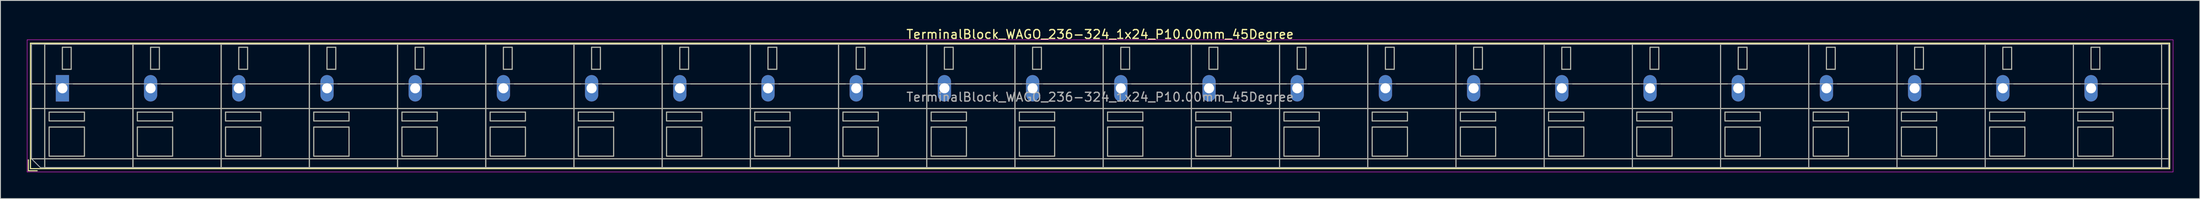
<source format=kicad_pcb>
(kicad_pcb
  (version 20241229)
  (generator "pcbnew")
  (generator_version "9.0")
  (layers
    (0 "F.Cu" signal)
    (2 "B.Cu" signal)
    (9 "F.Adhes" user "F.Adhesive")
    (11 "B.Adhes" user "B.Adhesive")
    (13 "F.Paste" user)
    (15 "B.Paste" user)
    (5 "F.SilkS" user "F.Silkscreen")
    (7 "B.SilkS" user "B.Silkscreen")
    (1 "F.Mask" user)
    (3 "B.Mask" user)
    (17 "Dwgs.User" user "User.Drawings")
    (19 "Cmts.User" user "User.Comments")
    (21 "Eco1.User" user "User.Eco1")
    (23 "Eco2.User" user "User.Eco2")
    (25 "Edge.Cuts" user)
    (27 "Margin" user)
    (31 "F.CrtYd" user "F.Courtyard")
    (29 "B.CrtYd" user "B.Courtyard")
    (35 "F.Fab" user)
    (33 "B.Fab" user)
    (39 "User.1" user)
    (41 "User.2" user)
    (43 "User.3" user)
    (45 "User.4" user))
  (footprint "TerminalBlock_WAGO_236-324_1x24_P10.00mm_45Degree"
    (layer "F.Cu")
    (at 4.025 6.968)
    (property "Reference" "TerminalBlock_WAGO_236-324_1x24_P10.00mm_45Degree" (at 117.65 -6.12 0) (layer "F.SilkS") (effects (font (size 1 1) (thickness 0.15))))
    (attr through_hole)
    (fp_line (start -3.86 8.12) (end -3.86 9.36) (stroke (width 0.12) (type solid)) (layer "F.SilkS"))
    (fp_line (start -3.86 9.36) (end -2.86 9.36) (stroke (width 0.12) (type solid)) (layer "F.SilkS"))
    (fp_line (start -3.62 -5.12) (end -3.62 9.12) (stroke (width 0.12) (type solid)) (layer "F.SilkS"))
    (fp_line (start -3.62 -5.12) (end 238.92 -5.12) (stroke (width 0.12) (type solid)) (layer "F.SilkS"))
    (fp_line (start -3.62 -0.5) (end -1.23 -0.5) (stroke (width 0.12) (type solid)) (layer "F.SilkS"))
    (fp_line (start -3.62 2.3) (end 238.92 2.3) (stroke (width 0.12) (type solid)) (layer "F.SilkS"))
    (fp_line (start -3.62 8) (end 238.92 8) (stroke (width 0.12) (type solid)) (layer "F.SilkS"))
    (fp_line (start -3.62 9.12) (end 238.92 9.12) (stroke (width 0.12) (type solid)) (layer "F.SilkS"))
    (fp_line (start -2 -5) (end -2 9) (stroke (width 0.12) (type solid)) (layer "F.SilkS"))
    (fp_line (start -2 -5) (end 8 -5) (stroke (width 0.12) (type solid)) (layer "F.SilkS"))
    (fp_line (start -2 9) (end 8 9) (stroke (width 0.12) (type solid)) (layer "F.SilkS"))
    (fp_line (start -1.5 2.7) (end -1.5 3.7) (stroke (width 0.12) (type solid)) (layer "F.SilkS"))
    (fp_line (start -1.5 2.7) (end 2.5 2.7) (stroke (width 0.12) (type solid)) (layer "F.SilkS"))
    (fp_line (start -1.5 3.7) (end 2.5 3.7) (stroke (width 0.12) (type solid)) (layer "F.SilkS"))
    (fp_line (start -1.5 4.4) (end -1.5 7.7) (stroke (width 0.12) (type solid)) (layer "F.SilkS"))
    (fp_line (start -1.5 4.4) (end 2.5 4.4) (stroke (width 0.12) (type solid)) (layer "F.SilkS"))
    (fp_line (start -1.5 7.7) (end 2.5 7.7) (stroke (width 0.12) (type solid)) (layer "F.SilkS"))
    (fp_line (start 0 -4.65) (end 0 -2.151) (stroke (width 0.12) (type solid)) (layer "F.SilkS"))
    (fp_line (start 0 -4.65) (end 1 -4.65) (stroke (width 0.12) (type solid)) (layer "F.SilkS"))
    (fp_line (start 0 -2.151) (end 1 -2.151) (stroke (width 0.12) (type solid)) (layer "F.SilkS"))
    (fp_line (start 1 -4.65) (end 1 -2.151) (stroke (width 0.12) (type solid)) (layer "F.SilkS"))
    (fp_line (start 1.23 -0.5) (end 8.77 -0.5) (stroke (width 0.12) (type solid)) (layer "F.SilkS"))
    (fp_line (start 2.5 2.7) (end 2.5 3.7) (stroke (width 0.12) (type solid)) (layer "F.SilkS"))
    (fp_line (start 2.5 4.4) (end 2.5 7.7) (stroke (width 0.12) (type solid)) (layer "F.SilkS"))
    (fp_line (start 8 -5) (end 8 9) (stroke (width 0.12) (type solid)) (layer "F.SilkS"))
    (fp_line (start 8 -5) (end 8 9) (stroke (width 0.12) (type solid)) (layer "F.SilkS"))
    (fp_line (start 8 -5) (end 18 -5) (stroke (width 0.12) (type solid)) (layer "F.SilkS"))
    (fp_line (start 8 9) (end 18 9) (stroke (width 0.12) (type solid)) (layer "F.SilkS"))
    (fp_line (start 8.5 2.7) (end 8.5 3.7) (stroke (width 0.12) (type solid)) (layer "F.SilkS"))
    (fp_line (start 8.5 2.7) (end 12.5 2.7) (stroke (width 0.12) (type solid)) (layer "F.SilkS"))
    (fp_line (start 8.5 3.7) (end 12.5 3.7) (stroke (width 0.12) (type solid)) (layer "F.SilkS"))
    (fp_line (start 8.5 4.4) (end 8.5 7.7) (stroke (width 0.12) (type solid)) (layer "F.SilkS"))
    (fp_line (start 8.5 4.4) (end 12.5 4.4) (stroke (width 0.12) (type solid)) (layer "F.SilkS"))
    (fp_line (start 8.5 7.7) (end 12.5 7.7) (stroke (width 0.12) (type solid)) (layer "F.SilkS"))
    (fp_line (start 10 -4.65) (end 10 -2.151) (stroke (width 0.12) (type solid)) (layer "F.SilkS"))
    (fp_line (start 10 -4.65) (end 11 -4.65) (stroke (width 0.12) (type solid)) (layer "F.SilkS"))
    (fp_line (start 10 -2.151) (end 11 -2.151) (stroke (width 0.12) (type solid)) (layer "F.SilkS"))
    (fp_line (start 11 -4.65) (end 11 -2.151) (stroke (width 0.12) (type solid)) (layer "F.SilkS"))
    (fp_line (start 11.23 -0.5) (end 18.77 -0.5) (stroke (width 0.12) (type solid)) (layer "F.SilkS"))
    (fp_line (start 12.5 2.7) (end 12.5 3.7) (stroke (width 0.12) (type solid)) (layer "F.SilkS"))
    (fp_line (start 12.5 4.4) (end 12.5 7.7) (stroke (width 0.12) (type solid)) (layer "F.SilkS"))
    (fp_line (start 18 -5) (end 18 9) (stroke (width 0.12) (type solid)) (layer "F.SilkS"))
    (fp_line (start 18 -5) (end 18 9) (stroke (width 0.12) (type solid)) (layer "F.SilkS"))
    (fp_line (start 18 -5) (end 28 -5) (stroke (width 0.12) (type solid)) (layer "F.SilkS"))
    (fp_line (start 18 9) (end 28 9) (stroke (width 0.12) (type solid)) (layer "F.SilkS"))
    (fp_line (start 18.5 2.7) (end 18.5 3.7) (stroke (width 0.12) (type solid)) (layer "F.SilkS"))
    (fp_line (start 18.5 2.7) (end 22.5 2.7) (stroke (width 0.12) (type solid)) (layer "F.SilkS"))
    (fp_line (start 18.5 3.7) (end 22.5 3.7) (stroke (width 0.12) (type solid)) (layer "F.SilkS"))
    (fp_line (start 18.5 4.4) (end 18.5 7.7) (stroke (width 0.12) (type solid)) (layer "F.SilkS"))
    (fp_line (start 18.5 4.4) (end 22.5 4.4) (stroke (width 0.12) (type solid)) (layer "F.SilkS"))
    (fp_line (start 18.5 7.7) (end 22.5 7.7) (stroke (width 0.12) (type solid)) (layer "F.SilkS"))
    (fp_line (start 20 -4.65) (end 20 -2.151) (stroke (width 0.12) (type solid)) (layer "F.SilkS"))
    (fp_line (start 20 -4.65) (end 21 -4.65) (stroke (width 0.12) (type solid)) (layer "F.SilkS"))
    (fp_line (start 20 -2.151) (end 21 -2.151) (stroke (width 0.12) (type solid)) (layer "F.SilkS"))
    (fp_line (start 21 -4.65) (end 21 -2.151) (stroke (width 0.12) (type solid)) (layer "F.SilkS"))
    (fp_line (start 21.23 -0.5) (end 28.77 -0.5) (stroke (width 0.12) (type solid)) (layer "F.SilkS"))
    (fp_line (start 22.5 2.7) (end 22.5 3.7) (stroke (width 0.12) (type solid)) (layer "F.SilkS"))
    (fp_line (start 22.5 4.4) (end 22.5 7.7) (stroke (width 0.12) (type solid)) (layer "F.SilkS"))
    (fp_line (start 28 -5) (end 28 9) (stroke (width 0.12) (type solid)) (layer "F.SilkS"))
    (fp_line (start 28 -5) (end 28 9) (stroke (width 0.12) (type solid)) (layer "F.SilkS"))
    (fp_line (start 28 -5) (end 38 -5) (stroke (width 0.12) (type solid)) (layer "F.SilkS"))
    (fp_line (start 28 9) (end 38 9) (stroke (width 0.12) (type solid)) (layer "F.SilkS"))
    (fp_line (start 28.5 2.7) (end 28.5 3.7) (stroke (width 0.12) (type solid)) (layer "F.SilkS"))
    (fp_line (start 28.5 2.7) (end 32.5 2.7) (stroke (width 0.12) (type solid)) (layer "F.SilkS"))
    (fp_line (start 28.5 3.7) (end 32.5 3.7) (stroke (width 0.12) (type solid)) (layer "F.SilkS"))
    (fp_line (start 28.5 4.4) (end 28.5 7.7) (stroke (width 0.12) (type solid)) (layer "F.SilkS"))
    (fp_line (start 28.5 4.4) (end 32.5 4.4) (stroke (width 0.12) (type solid)) (layer "F.SilkS"))
    (fp_line (start 28.5 7.7) (end 32.5 7.7) (stroke (width 0.12) (type solid)) (layer "F.SilkS"))
    (fp_line (start 30 -4.65) (end 30 -2.151) (stroke (width 0.12) (type solid)) (layer "F.SilkS"))
    (fp_line (start 30 -4.65) (end 31 -4.65) (stroke (width 0.12) (type solid)) (layer "F.SilkS"))
    (fp_line (start 30 -2.151) (end 31 -2.151) (stroke (width 0.12) (type solid)) (layer "F.SilkS"))
    (fp_line (start 31 -4.65) (end 31 -2.151) (stroke (width 0.12) (type solid)) (layer "F.SilkS"))
    (fp_line (start 31.23 -0.5) (end 38.77 -0.5) (stroke (width 0.12) (type solid)) (layer "F.SilkS"))
    (fp_line (start 32.5 2.7) (end 32.5 3.7) (stroke (width 0.12) (type solid)) (layer "F.SilkS"))
    (fp_line (start 32.5 4.4) (end 32.5 7.7) (stroke (width 0.12) (type solid)) (layer "F.SilkS"))
    (fp_line (start 38 -5) (end 38 9) (stroke (width 0.12) (type solid)) (layer "F.SilkS"))
    (fp_line (start 38 -5) (end 38 9) (stroke (width 0.12) (type solid)) (layer "F.SilkS"))
    (fp_line (start 38 -5) (end 48 -5) (stroke (width 0.12) (type solid)) (layer "F.SilkS"))
    (fp_line (start 38 9) (end 48 9) (stroke (width 0.12) (type solid)) (layer "F.SilkS"))
    (fp_line (start 38.5 2.7) (end 38.5 3.7) (stroke (width 0.12) (type solid)) (layer "F.SilkS"))
    (fp_line (start 38.5 2.7) (end 42.5 2.7) (stroke (width 0.12) (type solid)) (layer "F.SilkS"))
    (fp_line (start 38.5 3.7) (end 42.5 3.7) (stroke (width 0.12) (type solid)) (layer "F.SilkS"))
    (fp_line (start 38.5 4.4) (end 38.5 7.7) (stroke (width 0.12) (type solid)) (layer "F.SilkS"))
    (fp_line (start 38.5 4.4) (end 42.5 4.4) (stroke (width 0.12) (type solid)) (layer "F.SilkS"))
    (fp_line (start 38.5 7.7) (end 42.5 7.7) (stroke (width 0.12) (type solid)) (layer "F.SilkS"))
    (fp_line (start 40 -4.65) (end 40 -2.151) (stroke (width 0.12) (type solid)) (layer "F.SilkS"))
    (fp_line (start 40 -4.65) (end 41 -4.65) (stroke (width 0.12) (type solid)) (layer "F.SilkS"))
    (fp_line (start 40 -2.151) (end 41 -2.151) (stroke (width 0.12) (type solid)) (layer "F.SilkS"))
    (fp_line (start 41 -4.65) (end 41 -2.151) (stroke (width 0.12) (type solid)) (layer "F.SilkS"))
    (fp_line (start 41.23 -0.5) (end 48.77 -0.5) (stroke (width 0.12) (type solid)) (layer "F.SilkS"))
    (fp_line (start 42.5 2.7) (end 42.5 3.7) (stroke (width 0.12) (type solid)) (layer "F.SilkS"))
    (fp_line (start 42.5 4.4) (end 42.5 7.7) (stroke (width 0.12) (type solid)) (layer "F.SilkS"))
    (fp_line (start 48 -5) (end 48 9) (stroke (width 0.12) (type solid)) (layer "F.SilkS"))
    (fp_line (start 48 -5) (end 48 9) (stroke (width 0.12) (type solid)) (layer "F.SilkS"))
    (fp_line (start 48 -5) (end 58 -5) (stroke (width 0.12) (type solid)) (layer "F.SilkS"))
    (fp_line (start 48 9) (end 58 9) (stroke (width 0.12) (type solid)) (layer "F.SilkS"))
    (fp_line (start 48.5 2.7) (end 48.5 3.7) (stroke (width 0.12) (type solid)) (layer "F.SilkS"))
    (fp_line (start 48.5 2.7) (end 52.5 2.7) (stroke (width 0.12) (type solid)) (layer "F.SilkS"))
    (fp_line (start 48.5 3.7) (end 52.5 3.7) (stroke (width 0.12) (type solid)) (layer "F.SilkS"))
    (fp_line (start 48.5 4.4) (end 48.5 7.7) (stroke (width 0.12) (type solid)) (layer "F.SilkS"))
    (fp_line (start 48.5 4.4) (end 52.5 4.4) (stroke (width 0.12) (type solid)) (layer "F.SilkS"))
    (fp_line (start 48.5 7.7) (end 52.5 7.7) (stroke (width 0.12) (type solid)) (layer "F.SilkS"))
    (fp_line (start 50 -4.65) (end 50 -2.151) (stroke (width 0.12) (type solid)) (layer "F.SilkS"))
    (fp_line (start 50 -4.65) (end 51 -4.65) (stroke (width 0.12) (type solid)) (layer "F.SilkS"))
    (fp_line (start 50 -2.151) (end 51 -2.151) (stroke (width 0.12) (type solid)) (layer "F.SilkS"))
    (fp_line (start 51 -4.65) (end 51 -2.151) (stroke (width 0.12) (type solid)) (layer "F.SilkS"))
    (fp_line (start 51.23 -0.5) (end 58.77 -0.5) (stroke (width 0.12) (type solid)) (layer "F.SilkS"))
    (fp_line (start 52.5 2.7) (end 52.5 3.7) (stroke (width 0.12) (type solid)) (layer "F.SilkS"))
    (fp_line (start 52.5 4.4) (end 52.5 7.7) (stroke (width 0.12) (type solid)) (layer "F.SilkS"))
    (fp_line (start 58 -5) (end 58 9) (stroke (width 0.12) (type solid)) (layer "F.SilkS"))
    (fp_line (start 58 -5) (end 58 9) (stroke (width 0.12) (type solid)) (layer "F.SilkS"))
    (fp_line (start 58 -5) (end 68 -5) (stroke (width 0.12) (type solid)) (layer "F.SilkS"))
    (fp_line (start 58 9) (end 68 9) (stroke (width 0.12) (type solid)) (layer "F.SilkS"))
    (fp_line (start 58.5 2.7) (end 58.5 3.7) (stroke (width 0.12) (type solid)) (layer "F.SilkS"))
    (fp_line (start 58.5 2.7) (end 62.5 2.7) (stroke (width 0.12) (type solid)) (layer "F.SilkS"))
    (fp_line (start 58.5 3.7) (end 62.5 3.7) (stroke (width 0.12) (type solid)) (layer "F.SilkS"))
    (fp_line (start 58.5 4.4) (end 58.5 7.7) (stroke (width 0.12) (type solid)) (layer "F.SilkS"))
    (fp_line (start 58.5 4.4) (end 62.5 4.4) (stroke (width 0.12) (type solid)) (layer "F.SilkS"))
    (fp_line (start 58.5 7.7) (end 62.5 7.7) (stroke (width 0.12) (type solid)) (layer "F.SilkS"))
    (fp_line (start 60 -4.65) (end 60 -2.151) (stroke (width 0.12) (type solid)) (layer "F.SilkS"))
    (fp_line (start 60 -4.65) (end 61 -4.65) (stroke (width 0.12) (type solid)) (layer "F.SilkS"))
    (fp_line (start 60 -2.151) (end 61 -2.151) (stroke (width 0.12) (type solid)) (layer "F.SilkS"))
    (fp_line (start 61 -4.65) (end 61 -2.151) (stroke (width 0.12) (type solid)) (layer "F.SilkS"))
    (fp_line (start 61.23 -0.5) (end 68.77 -0.5) (stroke (width 0.12) (type solid)) (layer "F.SilkS"))
    (fp_line (start 62.5 2.7) (end 62.5 3.7) (stroke (width 0.12) (type solid)) (layer "F.SilkS"))
    (fp_line (start 62.5 4.4) (end 62.5 7.7) (stroke (width 0.12) (type solid)) (layer "F.SilkS"))
    (fp_line (start 68 -5) (end 68 9) (stroke (width 0.12) (type solid)) (layer "F.SilkS"))
    (fp_line (start 68 -5) (end 68 9) (stroke (width 0.12) (type solid)) (layer "F.SilkS"))
    (fp_line (start 68 -5) (end 78 -5) (stroke (width 0.12) (type solid)) (layer "F.SilkS"))
    (fp_line (start 68 9) (end 78 9) (stroke (width 0.12) (type solid)) (layer "F.SilkS"))
    (fp_line (start 68.5 2.7) (end 68.5 3.7) (stroke (width 0.12) (type solid)) (layer "F.SilkS"))
    (fp_line (start 68.5 2.7) (end 72.5 2.7) (stroke (width 0.12) (type solid)) (layer "F.SilkS"))
    (fp_line (start 68.5 3.7) (end 72.5 3.7) (stroke (width 0.12) (type solid)) (layer "F.SilkS"))
    (fp_line (start 68.5 4.4) (end 68.5 7.7) (stroke (width 0.12) (type solid)) (layer "F.SilkS"))
    (fp_line (start 68.5 4.4) (end 72.5 4.4) (stroke (width 0.12) (type solid)) (layer "F.SilkS"))
    (fp_line (start 68.5 7.7) (end 72.5 7.7) (stroke (width 0.12) (type solid)) (layer "F.SilkS"))
    (fp_line (start 70 -4.65) (end 70 -2.151) (stroke (width 0.12) (type solid)) (layer "F.SilkS"))
    (fp_line (start 70 -4.65) (end 71 -4.65) (stroke (width 0.12) (type solid)) (layer "F.SilkS"))
    (fp_line (start 70 -2.151) (end 71 -2.151) (stroke (width 0.12) (type solid)) (layer "F.SilkS"))
    (fp_line (start 71 -4.65) (end 71 -2.151) (stroke (width 0.12) (type solid)) (layer "F.SilkS"))
    (fp_line (start 71.23 -0.5) (end 78.77 -0.5) (stroke (width 0.12) (type solid)) (layer "F.SilkS"))
    (fp_line (start 72.5 2.7) (end 72.5 3.7) (stroke (width 0.12) (type solid)) (layer "F.SilkS"))
    (fp_line (start 72.5 4.4) (end 72.5 7.7) (stroke (width 0.12) (type solid)) (layer "F.SilkS"))
    (fp_line (start 78 -5) (end 78 9) (stroke (width 0.12) (type solid)) (layer "F.SilkS"))
    (fp_line (start 78 -5) (end 78 9) (stroke (width 0.12) (type solid)) (layer "F.SilkS"))
    (fp_line (start 78 -5) (end 88 -5) (stroke (width 0.12) (type solid)) (layer "F.SilkS"))
    (fp_line (start 78 9) (end 88 9) (stroke (width 0.12) (type solid)) (layer "F.SilkS"))
    (fp_line (start 78.5 2.7) (end 78.5 3.7) (stroke (width 0.12) (type solid)) (layer "F.SilkS"))
    (fp_line (start 78.5 2.7) (end 82.5 2.7) (stroke (width 0.12) (type solid)) (layer "F.SilkS"))
    (fp_line (start 78.5 3.7) (end 82.5 3.7) (stroke (width 0.12) (type solid)) (layer "F.SilkS"))
    (fp_line (start 78.5 4.4) (end 78.5 7.7) (stroke (width 0.12) (type solid)) (layer "F.SilkS"))
    (fp_line (start 78.5 4.4) (end 82.5 4.4) (stroke (width 0.12) (type solid)) (layer "F.SilkS"))
    (fp_line (start 78.5 7.7) (end 82.5 7.7) (stroke (width 0.12) (type solid)) (layer "F.SilkS"))
    (fp_line (start 80 -4.65) (end 80 -2.151) (stroke (width 0.12) (type solid)) (layer "F.SilkS"))
    (fp_line (start 80 -4.65) (end 81 -4.65) (stroke (width 0.12) (type solid)) (layer "F.SilkS"))
    (fp_line (start 80 -2.151) (end 81 -2.151) (stroke (width 0.12) (type solid)) (layer "F.SilkS"))
    (fp_line (start 81 -4.65) (end 81 -2.151) (stroke (width 0.12) (type solid)) (layer "F.SilkS"))
    (fp_line (start 81.23 -0.5) (end 88.77 -0.5) (stroke (width 0.12) (type solid)) (layer "F.SilkS"))
    (fp_line (start 82.5 2.7) (end 82.5 3.7) (stroke (width 0.12) (type solid)) (layer "F.SilkS"))
    (fp_line (start 82.5 4.4) (end 82.5 7.7) (stroke (width 0.12) (type solid)) (layer "F.SilkS"))
    (fp_line (start 88 -5) (end 88 9) (stroke (width 0.12) (type solid)) (layer "F.SilkS"))
    (fp_line (start 88 -5) (end 88 9) (stroke (width 0.12) (type solid)) (layer "F.SilkS"))
    (fp_line (start 88 -5) (end 98 -5) (stroke (width 0.12) (type solid)) (layer "F.SilkS"))
    (fp_line (start 88 9) (end 98 9) (stroke (width 0.12) (type solid)) (layer "F.SilkS"))
    (fp_line (start 88.5 2.7) (end 88.5 3.7) (stroke (width 0.12) (type solid)) (layer "F.SilkS"))
    (fp_line (start 88.5 2.7) (end 92.5 2.7) (stroke (width 0.12) (type solid)) (layer "F.SilkS"))
    (fp_line (start 88.5 3.7) (end 92.5 3.7) (stroke (width 0.12) (type solid)) (layer "F.SilkS"))
    (fp_line (start 88.5 4.4) (end 88.5 7.7) (stroke (width 0.12) (type solid)) (layer "F.SilkS"))
    (fp_line (start 88.5 4.4) (end 92.5 4.4) (stroke (width 0.12) (type solid)) (layer "F.SilkS"))
    (fp_line (start 88.5 7.7) (end 92.5 7.7) (stroke (width 0.12) (type solid)) (layer "F.SilkS"))
    (fp_line (start 90 -4.65) (end 90 -2.151) (stroke (width 0.12) (type solid)) (layer "F.SilkS"))
    (fp_line (start 90 -4.65) (end 91 -4.65) (stroke (width 0.12) (type solid)) (layer "F.SilkS"))
    (fp_line (start 90 -2.151) (end 91 -2.151) (stroke (width 0.12) (type solid)) (layer "F.SilkS"))
    (fp_line (start 91 -4.65) (end 91 -2.151) (stroke (width 0.12) (type solid)) (layer "F.SilkS"))
    (fp_line (start 91.23 -0.5) (end 98.77 -0.5) (stroke (width 0.12) (type solid)) (layer "F.SilkS"))
    (fp_line (start 92.5 2.7) (end 92.5 3.7) (stroke (width 0.12) (type solid)) (layer "F.SilkS"))
    (fp_line (start 92.5 4.4) (end 92.5 7.7) (stroke (width 0.12) (type solid)) (layer "F.SilkS"))
    (fp_line (start 98 -5) (end 98 9) (stroke (width 0.12) (type solid)) (layer "F.SilkS"))
    (fp_line (start 98 -5) (end 98 9) (stroke (width 0.12) (type solid)) (layer "F.SilkS"))
    (fp_line (start 98 -5) (end 108 -5) (stroke (width 0.12) (type solid)) (layer "F.SilkS"))
    (fp_line (start 98 9) (end 108 9) (stroke (width 0.12) (type solid)) (layer "F.SilkS"))
    (fp_line (start 98.5 2.7) (end 98.5 3.7) (stroke (width 0.12) (type solid)) (layer "F.SilkS"))
    (fp_line (start 98.5 2.7) (end 102.5 2.7) (stroke (width 0.12) (type solid)) (layer "F.SilkS"))
    (fp_line (start 98.5 3.7) (end 102.5 3.7) (stroke (width 0.12) (type solid)) (layer "F.SilkS"))
    (fp_line (start 98.5 4.4) (end 98.5 7.7) (stroke (width 0.12) (type solid)) (layer "F.SilkS"))
    (fp_line (start 98.5 4.4) (end 102.5 4.4) (stroke (width 0.12) (type solid)) (layer "F.SilkS"))
    (fp_line (start 98.5 7.7) (end 102.5 7.7) (stroke (width 0.12) (type solid)) (layer "F.SilkS"))
    (fp_line (start 100 -4.65) (end 100 -2.151) (stroke (width 0.12) (type solid)) (layer "F.SilkS"))
    (fp_line (start 100 -4.65) (end 101 -4.65) (stroke (width 0.12) (type solid)) (layer "F.SilkS"))
    (fp_line (start 100 -2.151) (end 101 -2.151) (stroke (width 0.12) (type solid)) (layer "F.SilkS"))
    (fp_line (start 101 -4.65) (end 101 -2.151) (stroke (width 0.12) (type solid)) (layer "F.SilkS"))
    (fp_line (start 101.23 -0.5) (end 108.77 -0.5) (stroke (width 0.12) (type solid)) (layer "F.SilkS"))
    (fp_line (start 102.5 2.7) (end 102.5 3.7) (stroke (width 0.12) (type solid)) (layer "F.SilkS"))
    (fp_line (start 102.5 4.4) (end 102.5 7.7) (stroke (width 0.12) (type solid)) (layer "F.SilkS"))
    (fp_line (start 108 -5) (end 108 9) (stroke (width 0.12) (type solid)) (layer "F.SilkS"))
    (fp_line (start 108 -5) (end 108 9) (stroke (width 0.12) (type solid)) (layer "F.SilkS"))
    (fp_line (start 108 -5) (end 118 -5) (stroke (width 0.12) (type solid)) (layer "F.SilkS"))
    (fp_line (start 108 9) (end 118 9) (stroke (width 0.12) (type solid)) (layer "F.SilkS"))
    (fp_line (start 108.5 2.7) (end 108.5 3.7) (stroke (width 0.12) (type solid)) (layer "F.SilkS"))
    (fp_line (start 108.5 2.7) (end 112.5 2.7) (stroke (width 0.12) (type solid)) (layer "F.SilkS"))
    (fp_line (start 108.5 3.7) (end 112.5 3.7) (stroke (width 0.12) (type solid)) (layer "F.SilkS"))
    (fp_line (start 108.5 4.4) (end 108.5 7.7) (stroke (width 0.12) (type solid)) (layer "F.SilkS"))
    (fp_line (start 108.5 4.4) (end 112.5 4.4) (stroke (width 0.12) (type solid)) (layer "F.SilkS"))
    (fp_line (start 108.5 7.7) (end 112.5 7.7) (stroke (width 0.12) (type solid)) (layer "F.SilkS"))
    (fp_line (start 110 -4.65) (end 110 -2.151) (stroke (width 0.12) (type solid)) (layer "F.SilkS"))
    (fp_line (start 110 -4.65) (end 111 -4.65) (stroke (width 0.12) (type solid)) (layer "F.SilkS"))
    (fp_line (start 110 -2.151) (end 111 -2.151) (stroke (width 0.12) (type solid)) (layer "F.SilkS"))
    (fp_line (start 111 -4.65) (end 111 -2.151) (stroke (width 0.12) (type solid)) (layer "F.SilkS"))
    (fp_line (start 111.23 -0.5) (end 118.77 -0.5) (stroke (width 0.12) (type solid)) (layer "F.SilkS"))
    (fp_line (start 112.5 2.7) (end 112.5 3.7) (stroke (width 0.12) (type solid)) (layer "F.SilkS"))
    (fp_line (start 112.5 4.4) (end 112.5 7.7) (stroke (width 0.12) (type solid)) (layer "F.SilkS"))
    (fp_line (start 118 -5) (end 118 9) (stroke (width 0.12) (type solid)) (layer "F.SilkS"))
    (fp_line (start 118 -5) (end 118 9) (stroke (width 0.12) (type solid)) (layer "F.SilkS"))
    (fp_line (start 118 -5) (end 128 -5) (stroke (width 0.12) (type solid)) (layer "F.SilkS"))
    (fp_line (start 118 9) (end 128 9) (stroke (width 0.12) (type solid)) (layer "F.SilkS"))
    (fp_line (start 118.5 2.7) (end 118.5 3.7) (stroke (width 0.12) (type solid)) (layer "F.SilkS"))
    (fp_line (start 118.5 2.7) (end 122.5 2.7) (stroke (width 0.12) (type solid)) (layer "F.SilkS"))
    (fp_line (start 118.5 3.7) (end 122.5 3.7) (stroke (width 0.12) (type solid)) (layer "F.SilkS"))
    (fp_line (start 118.5 4.4) (end 118.5 7.7) (stroke (width 0.12) (type solid)) (layer "F.SilkS"))
    (fp_line (start 118.5 4.4) (end 122.5 4.4) (stroke (width 0.12) (type solid)) (layer "F.SilkS"))
    (fp_line (start 118.5 7.7) (end 122.5 7.7) (stroke (width 0.12) (type solid)) (layer "F.SilkS"))
    (fp_line (start 120 -4.65) (end 120 -2.151) (stroke (width 0.12) (type solid)) (layer "F.SilkS"))
    (fp_line (start 120 -4.65) (end 121 -4.65) (stroke (width 0.12) (type solid)) (layer "F.SilkS"))
    (fp_line (start 120 -2.151) (end 121 -2.151) (stroke (width 0.12) (type solid)) (layer "F.SilkS"))
    (fp_line (start 121 -4.65) (end 121 -2.151) (stroke (width 0.12) (type solid)) (layer "F.SilkS"))
    (fp_line (start 121.23 -0.5) (end 128.771 -0.5) (stroke (width 0.12) (type solid)) (layer "F.SilkS"))
    (fp_line (start 122.5 2.7) (end 122.5 3.7) (stroke (width 0.12) (type solid)) (layer "F.SilkS"))
    (fp_line (start 122.5 4.4) (end 122.5 7.7) (stroke (width 0.12) (type solid)) (layer "F.SilkS"))
    (fp_line (start 128 -5) (end 128 9) (stroke (width 0.12) (type solid)) (layer "F.SilkS"))
    (fp_line (start 128 -5) (end 128 9) (stroke (width 0.12) (type solid)) (layer "F.SilkS"))
    (fp_line (start 128 -5) (end 138 -5) (stroke (width 0.12) (type solid)) (layer "F.SilkS"))
    (fp_line (start 128 9) (end 138 9) (stroke (width 0.12) (type solid)) (layer "F.SilkS"))
    (fp_line (start 128.5 2.7) (end 128.5 3.7) (stroke (width 0.12) (type solid)) (layer "F.SilkS"))
    (fp_line (start 128.5 2.7) (end 132.5 2.7) (stroke (width 0.12) (type solid)) (layer "F.SilkS"))
    (fp_line (start 128.5 3.7) (end 132.5 3.7) (stroke (width 0.12) (type solid)) (layer "F.SilkS"))
    (fp_line (start 128.5 4.4) (end 128.5 7.7) (stroke (width 0.12) (type solid)) (layer "F.SilkS"))
    (fp_line (start 128.5 4.4) (end 132.5 4.4) (stroke (width 0.12) (type solid)) (layer "F.SilkS"))
    (fp_line (start 128.5 7.7) (end 132.5 7.7) (stroke (width 0.12) (type solid)) (layer "F.SilkS"))
    (fp_line (start 130 -4.65) (end 130 -2.151) (stroke (width 0.12) (type solid)) (layer "F.SilkS"))
    (fp_line (start 130 -4.65) (end 131 -4.65) (stroke (width 0.12) (type solid)) (layer "F.SilkS"))
    (fp_line (start 130 -2.151) (end 131 -2.151) (stroke (width 0.12) (type solid)) (layer "F.SilkS"))
    (fp_line (start 131 -4.65) (end 131 -2.151) (stroke (width 0.12) (type solid)) (layer "F.SilkS"))
    (fp_line (start 131.23 -0.5) (end 138.77 -0.5) (stroke (width 0.12) (type solid)) (layer "F.SilkS"))
    (fp_line (start 132.5 2.7) (end 132.5 3.7) (stroke (width 0.12) (type solid)) (layer "F.SilkS"))
    (fp_line (start 132.5 4.4) (end 132.5 7.7) (stroke (width 0.12) (type solid)) (layer "F.SilkS"))
    (fp_line (start 138 -5) (end 138 9) (stroke (width 0.12) (type solid)) (layer "F.SilkS"))
    (fp_line (start 138 -5) (end 138 9) (stroke (width 0.12) (type solid)) (layer "F.SilkS"))
    (fp_line (start 138 -5) (end 148 -5) (stroke (width 0.12) (type solid)) (layer "F.SilkS"))
    (fp_line (start 138 9) (end 148 9) (stroke (width 0.12) (type solid)) (layer "F.SilkS"))
    (fp_line (start 138.5 2.7) (end 138.5 3.7) (stroke (width 0.12) (type solid)) (layer "F.SilkS"))
    (fp_line (start 138.5 2.7) (end 142.5 2.7) (stroke (width 0.12) (type solid)) (layer "F.SilkS"))
    (fp_line (start 138.5 3.7) (end 142.5 3.7) (stroke (width 0.12) (type solid)) (layer "F.SilkS"))
    (fp_line (start 138.5 4.4) (end 138.5 7.7) (stroke (width 0.12) (type solid)) (layer "F.SilkS"))
    (fp_line (start 138.5 4.4) (end 142.5 4.4) (stroke (width 0.12) (type solid)) (layer "F.SilkS"))
    (fp_line (start 138.5 7.7) (end 142.5 7.7) (stroke (width 0.12) (type solid)) (layer "F.SilkS"))
    (fp_line (start 140 -4.65) (end 140 -2.151) (stroke (width 0.12) (type solid)) (layer "F.SilkS"))
    (fp_line (start 140 -4.65) (end 141 -4.65) (stroke (width 0.12) (type solid)) (layer "F.SilkS"))
    (fp_line (start 140 -2.151) (end 141 -2.151) (stroke (width 0.12) (type solid)) (layer "F.SilkS"))
    (fp_line (start 141 -4.65) (end 141 -2.151) (stroke (width 0.12) (type solid)) (layer "F.SilkS"))
    (fp_line (start 141.23 -0.5) (end 148.77 -0.5) (stroke (width 0.12) (type solid)) (layer "F.SilkS"))
    (fp_line (start 142.5 2.7) (end 142.5 3.7) (stroke (width 0.12) (type solid)) (layer "F.SilkS"))
    (fp_line (start 142.5 4.4) (end 142.5 7.7) (stroke (width 0.12) (type solid)) (layer "F.SilkS"))
    (fp_line (start 148 -5) (end 148 9) (stroke (width 0.12) (type solid)) (layer "F.SilkS"))
    (fp_line (start 148 -5) (end 148 9) (stroke (width 0.12) (type solid)) (layer "F.SilkS"))
    (fp_line (start 148 -5) (end 158 -5) (stroke (width 0.12) (type solid)) (layer "F.SilkS"))
    (fp_line (start 148 9) (end 158 9) (stroke (width 0.12) (type solid)) (layer "F.SilkS"))
    (fp_line (start 148.5 2.7) (end 148.5 3.7) (stroke (width 0.12) (type solid)) (layer "F.SilkS"))
    (fp_line (start 148.5 2.7) (end 152.5 2.7) (stroke (width 0.12) (type solid)) (layer "F.SilkS"))
    (fp_line (start 148.5 3.7) (end 152.5 3.7) (stroke (width 0.12) (type solid)) (layer "F.SilkS"))
    (fp_line (start 148.5 4.4) (end 148.5 7.7) (stroke (width 0.12) (type solid)) (layer "F.SilkS"))
    (fp_line (start 148.5 4.4) (end 152.5 4.4) (stroke (width 0.12) (type solid)) (layer "F.SilkS"))
    (fp_line (start 148.5 7.7) (end 152.5 7.7) (stroke (width 0.12) (type solid)) (layer "F.SilkS"))
    (fp_line (start 150 -4.65) (end 150 -2.151) (stroke (width 0.12) (type solid)) (layer "F.SilkS"))
    (fp_line (start 150 -4.65) (end 151 -4.65) (stroke (width 0.12) (type solid)) (layer "F.SilkS"))
    (fp_line (start 150 -2.151) (end 151 -2.151) (stroke (width 0.12) (type solid)) (layer "F.SilkS"))
    (fp_line (start 151 -4.65) (end 151 -2.151) (stroke (width 0.12) (type solid)) (layer "F.SilkS"))
    (fp_line (start 151.23 -0.5) (end 158.77 -0.5) (stroke (width 0.12) (type solid)) (layer "F.SilkS"))
    (fp_line (start 152.5 2.7) (end 152.5 3.7) (stroke (width 0.12) (type solid)) (layer "F.SilkS"))
    (fp_line (start 152.5 4.4) (end 152.5 7.7) (stroke (width 0.12) (type solid)) (layer "F.SilkS"))
    (fp_line (start 158 -5) (end 158 9) (stroke (width 0.12) (type solid)) (layer "F.SilkS"))
    (fp_line (start 158 -5) (end 158 9) (stroke (width 0.12) (type solid)) (layer "F.SilkS"))
    (fp_line (start 158 -5) (end 168 -5) (stroke (width 0.12) (type solid)) (layer "F.SilkS"))
    (fp_line (start 158 9) (end 168 9) (stroke (width 0.12) (type solid)) (layer "F.SilkS"))
    (fp_line (start 158.5 2.7) (end 158.5 3.7) (stroke (width 0.12) (type solid)) (layer "F.SilkS"))
    (fp_line (start 158.5 2.7) (end 162.5 2.7) (stroke (width 0.12) (type solid)) (layer "F.SilkS"))
    (fp_line (start 158.5 3.7) (end 162.5 3.7) (stroke (width 0.12) (type solid)) (layer "F.SilkS"))
    (fp_line (start 158.5 4.4) (end 158.5 7.7) (stroke (width 0.12) (type solid)) (layer "F.SilkS"))
    (fp_line (start 158.5 4.4) (end 162.5 4.4) (stroke (width 0.12) (type solid)) (layer "F.SilkS"))
    (fp_line (start 158.5 7.7) (end 162.5 7.7) (stroke (width 0.12) (type solid)) (layer "F.SilkS"))
    (fp_line (start 160 -4.65) (end 160 -2.151) (stroke (width 0.12) (type solid)) (layer "F.SilkS"))
    (fp_line (start 160 -4.65) (end 161 -4.65) (stroke (width 0.12) (type solid)) (layer "F.SilkS"))
    (fp_line (start 160 -2.151) (end 161 -2.151) (stroke (width 0.12) (type solid)) (layer "F.SilkS"))
    (fp_line (start 161 -4.65) (end 161 -2.151) (stroke (width 0.12) (type solid)) (layer "F.SilkS"))
    (fp_line (start 161.23 -0.5) (end 168.77 -0.5) (stroke (width 0.12) (type solid)) (layer "F.SilkS"))
    (fp_line (start 162.5 2.7) (end 162.5 3.7) (stroke (width 0.12) (type solid)) (layer "F.SilkS"))
    (fp_line (start 162.5 4.4) (end 162.5 7.7) (stroke (width 0.12) (type solid)) (layer "F.SilkS"))
    (fp_line (start 168 -5) (end 168 9) (stroke (width 0.12) (type solid)) (layer "F.SilkS"))
    (fp_line (start 168 -5) (end 168 9) (stroke (width 0.12) (type solid)) (layer "F.SilkS"))
    (fp_line (start 168 -5) (end 178 -5) (stroke (width 0.12) (type solid)) (layer "F.SilkS"))
    (fp_line (start 168 9) (end 178 9) (stroke (width 0.12) (type solid)) (layer "F.SilkS"))
    (fp_line (start 168.5 2.7) (end 168.5 3.7) (stroke (width 0.12) (type solid)) (layer "F.SilkS"))
    (fp_line (start 168.5 2.7) (end 172.5 2.7) (stroke (width 0.12) (type solid)) (layer "F.SilkS"))
    (fp_line (start 168.5 3.7) (end 172.5 3.7) (stroke (width 0.12) (type solid)) (layer "F.SilkS"))
    (fp_line (start 168.5 4.4) (end 168.5 7.7) (stroke (width 0.12) (type solid)) (layer "F.SilkS"))
    (fp_line (start 168.5 4.4) (end 172.5 4.4) (stroke (width 0.12) (type solid)) (layer "F.SilkS"))
    (fp_line (start 168.5 7.7) (end 172.5 7.7) (stroke (width 0.12) (type solid)) (layer "F.SilkS"))
    (fp_line (start 170 -4.65) (end 170 -2.151) (stroke (width 0.12) (type solid)) (layer "F.SilkS"))
    (fp_line (start 170 -4.65) (end 171 -4.65) (stroke (width 0.12) (type solid)) (layer "F.SilkS"))
    (fp_line (start 170 -2.151) (end 171 -2.151) (stroke (width 0.12) (type solid)) (layer "F.SilkS"))
    (fp_line (start 171 -4.65) (end 171 -2.151) (stroke (width 0.12) (type solid)) (layer "F.SilkS"))
    (fp_line (start 171.23 -0.5) (end 178.77 -0.5) (stroke (width 0.12) (type solid)) (layer "F.SilkS"))
    (fp_line (start 172.5 2.7) (end 172.5 3.7) (stroke (width 0.12) (type solid)) (layer "F.SilkS"))
    (fp_line (start 172.5 4.4) (end 172.5 7.7) (stroke (width 0.12) (type solid)) (layer "F.SilkS"))
    (fp_line (start 178 -5) (end 178 9) (stroke (width 0.12) (type solid)) (layer "F.SilkS"))
    (fp_line (start 178 -5) (end 178 9) (stroke (width 0.12) (type solid)) (layer "F.SilkS"))
    (fp_line (start 178 -5) (end 188 -5) (stroke (width 0.12) (type solid)) (layer "F.SilkS"))
    (fp_line (start 178 9) (end 188 9) (stroke (width 0.12) (type solid)) (layer "F.SilkS"))
    (fp_line (start 178.5 2.7) (end 178.5 3.7) (stroke (width 0.12) (type solid)) (layer "F.SilkS"))
    (fp_line (start 178.5 2.7) (end 182.5 2.7) (stroke (width 0.12) (type solid)) (layer "F.SilkS"))
    (fp_line (start 178.5 3.7) (end 182.5 3.7) (stroke (width 0.12) (type solid)) (layer "F.SilkS"))
    (fp_line (start 178.5 4.4) (end 178.5 7.7) (stroke (width 0.12) (type solid)) (layer "F.SilkS"))
    (fp_line (start 178.5 4.4) (end 182.5 4.4) (stroke (width 0.12) (type solid)) (layer "F.SilkS"))
    (fp_line (start 178.5 7.7) (end 182.5 7.7) (stroke (width 0.12) (type solid)) (layer "F.SilkS"))
    (fp_line (start 180 -4.65) (end 180 -2.151) (stroke (width 0.12) (type solid)) (layer "F.SilkS"))
    (fp_line (start 180 -4.65) (end 181 -4.65) (stroke (width 0.12) (type solid)) (layer "F.SilkS"))
    (fp_line (start 180 -2.151) (end 181 -2.151) (stroke (width 0.12) (type solid)) (layer "F.SilkS"))
    (fp_line (start 181 -4.65) (end 181 -2.151) (stroke (width 0.12) (type solid)) (layer "F.SilkS"))
    (fp_line (start 181.23 -0.5) (end 188.77 -0.5) (stroke (width 0.12) (type solid)) (layer "F.SilkS"))
    (fp_line (start 182.5 2.7) (end 182.5 3.7) (stroke (width 0.12) (type solid)) (layer "F.SilkS"))
    (fp_line (start 182.5 4.4) (end 182.5 7.7) (stroke (width 0.12) (type solid)) (layer "F.SilkS"))
    (fp_line (start 188 -5) (end 188 9) (stroke (width 0.12) (type solid)) (layer "F.SilkS"))
    (fp_line (start 188 -5) (end 188 9) (stroke (width 0.12) (type solid)) (layer "F.SilkS"))
    (fp_line (start 188 -5) (end 198 -5) (stroke (width 0.12) (type solid)) (layer "F.SilkS"))
    (fp_line (start 188 9) (end 198 9) (stroke (width 0.12) (type solid)) (layer "F.SilkS"))
    (fp_line (start 188.5 2.7) (end 188.5 3.7) (stroke (width 0.12) (type solid)) (layer "F.SilkS"))
    (fp_line (start 188.5 2.7) (end 192.5 2.7) (stroke (width 0.12) (type solid)) (layer "F.SilkS"))
    (fp_line (start 188.5 3.7) (end 192.5 3.7) (stroke (width 0.12) (type solid)) (layer "F.SilkS"))
    (fp_line (start 188.5 4.4) (end 188.5 7.7) (stroke (width 0.12) (type solid)) (layer "F.SilkS"))
    (fp_line (start 188.5 4.4) (end 192.5 4.4) (stroke (width 0.12) (type solid)) (layer "F.SilkS"))
    (fp_line (start 188.5 7.7) (end 192.5 7.7) (stroke (width 0.12) (type solid)) (layer "F.SilkS"))
    (fp_line (start 190 -4.65) (end 190 -2.151) (stroke (width 0.12) (type solid)) (layer "F.SilkS"))
    (fp_line (start 190 -4.65) (end 191 -4.65) (stroke (width 0.12) (type solid)) (layer "F.SilkS"))
    (fp_line (start 190 -2.151) (end 191 -2.151) (stroke (width 0.12) (type solid)) (layer "F.SilkS"))
    (fp_line (start 191 -4.65) (end 191 -2.151) (stroke (width 0.12) (type solid)) (layer "F.SilkS"))
    (fp_line (start 191.23 -0.5) (end 198.77 -0.5) (stroke (width 0.12) (type solid)) (layer "F.SilkS"))
    (fp_line (start 192.5 2.7) (end 192.5 3.7) (stroke (width 0.12) (type solid)) (layer "F.SilkS"))
    (fp_line (start 192.5 4.4) (end 192.5 7.7) (stroke (width 0.12) (type solid)) (layer "F.SilkS"))
    (fp_line (start 198 -5) (end 198 9) (stroke (width 0.12) (type solid)) (layer "F.SilkS"))
    (fp_line (start 198 -5) (end 198 9) (stroke (width 0.12) (type solid)) (layer "F.SilkS"))
    (fp_line (start 198 -5) (end 208 -5) (stroke (width 0.12) (type solid)) (layer "F.SilkS"))
    (fp_line (start 198 9) (end 208 9) (stroke (width 0.12) (type solid)) (layer "F.SilkS"))
    (fp_line (start 198.5 2.7) (end 198.5 3.7) (stroke (width 0.12) (type solid)) (layer "F.SilkS"))
    (fp_line (start 198.5 2.7) (end 202.5 2.7) (stroke (width 0.12) (type solid)) (layer "F.SilkS"))
    (fp_line (start 198.5 3.7) (end 202.5 3.7) (stroke (width 0.12) (type solid)) (layer "F.SilkS"))
    (fp_line (start 198.5 4.4) (end 198.5 7.7) (stroke (width 0.12) (type solid)) (layer "F.SilkS"))
    (fp_line (start 198.5 4.4) (end 202.5 4.4) (stroke (width 0.12) (type solid)) (layer "F.SilkS"))
    (fp_line (start 198.5 7.7) (end 202.5 7.7) (stroke (width 0.12) (type solid)) (layer "F.SilkS"))
    (fp_line (start 200 -4.65) (end 200 -2.151) (stroke (width 0.12) (type solid)) (layer "F.SilkS"))
    (fp_line (start 200 -4.65) (end 201 -4.65) (stroke (width 0.12) (type solid)) (layer "F.SilkS"))
    (fp_line (start 200 -2.151) (end 201 -2.151) (stroke (width 0.12) (type solid)) (layer "F.SilkS"))
    (fp_line (start 201 -4.65) (end 201 -2.151) (stroke (width 0.12) (type solid)) (layer "F.SilkS"))
    (fp_line (start 201.23 -0.5) (end 208.77 -0.5) (stroke (width 0.12) (type solid)) (layer "F.SilkS"))
    (fp_line (start 202.5 2.7) (end 202.5 3.7) (stroke (width 0.12) (type solid)) (layer "F.SilkS"))
    (fp_line (start 202.5 4.4) (end 202.5 7.7) (stroke (width 0.12) (type solid)) (layer "F.SilkS"))
    (fp_line (start 208 -5) (end 208 9) (stroke (width 0.12) (type solid)) (layer "F.SilkS"))
    (fp_line (start 208 -5) (end 208 9) (stroke (width 0.12) (type solid)) (layer "F.SilkS"))
    (fp_line (start 208 -5) (end 218 -5) (stroke (width 0.12) (type solid)) (layer "F.SilkS"))
    (fp_line (start 208 9) (end 218 9) (stroke (width 0.12) (type solid)) (layer "F.SilkS"))
    (fp_line (start 208.5 2.7) (end 208.5 3.7) (stroke (width 0.12) (type solid)) (layer "F.SilkS"))
    (fp_line (start 208.5 2.7) (end 212.5 2.7) (stroke (width 0.12) (type solid)) (layer "F.SilkS"))
    (fp_line (start 208.5 3.7) (end 212.5 3.7) (stroke (width 0.12) (type solid)) (layer "F.SilkS"))
    (fp_line (start 208.5 4.4) (end 208.5 7.7) (stroke (width 0.12) (type solid)) (layer "F.SilkS"))
    (fp_line (start 208.5 4.4) (end 212.5 4.4) (stroke (width 0.12) (type solid)) (layer "F.SilkS"))
    (fp_line (start 208.5 7.7) (end 212.5 7.7) (stroke (width 0.12) (type solid)) (layer "F.SilkS"))
    (fp_line (start 210 -4.65) (end 210 -2.151) (stroke (width 0.12) (type solid)) (layer "F.SilkS"))
    (fp_line (start 210 -4.65) (end 211 -4.65) (stroke (width 0.12) (type solid)) (layer "F.SilkS"))
    (fp_line (start 210 -2.151) (end 211 -2.151) (stroke (width 0.12) (type solid)) (layer "F.SilkS"))
    (fp_line (start 211 -4.65) (end 211 -2.151) (stroke (width 0.12) (type solid)) (layer "F.SilkS"))
    (fp_line (start 211.23 -0.5) (end 218.77 -0.5) (stroke (width 0.12) (type solid)) (layer "F.SilkS"))
    (fp_line (start 212.5 2.7) (end 212.5 3.7) (stroke (width 0.12) (type solid)) (layer "F.SilkS"))
    (fp_line (start 212.5 4.4) (end 212.5 7.7) (stroke (width 0.12) (type solid)) (layer "F.SilkS"))
    (fp_line (start 218 -5) (end 218 9) (stroke (width 0.12) (type solid)) (layer "F.SilkS"))
    (fp_line (start 218 -5) (end 218 9) (stroke (width 0.12) (type solid)) (layer "F.SilkS"))
    (fp_line (start 218 -5) (end 228 -5) (stroke (width 0.12) (type solid)) (layer "F.SilkS"))
    (fp_line (start 218 9) (end 228 9) (stroke (width 0.12) (type solid)) (layer "F.SilkS"))
    (fp_line (start 218.5 2.7) (end 218.5 3.7) (stroke (width 0.12) (type solid)) (layer "F.SilkS"))
    (fp_line (start 218.5 2.7) (end 222.5 2.7) (stroke (width 0.12) (type solid)) (layer "F.SilkS"))
    (fp_line (start 218.5 3.7) (end 222.5 3.7) (stroke (width 0.12) (type solid)) (layer "F.SilkS"))
    (fp_line (start 218.5 4.4) (end 218.5 7.7) (stroke (width 0.12) (type solid)) (layer "F.SilkS"))
    (fp_line (start 218.5 4.4) (end 222.5 4.4) (stroke (width 0.12) (type solid)) (layer "F.SilkS"))
    (fp_line (start 218.5 7.7) (end 222.5 7.7) (stroke (width 0.12) (type solid)) (layer "F.SilkS"))
    (fp_line (start 220 -4.65) (end 220 -2.151) (stroke (width 0.12) (type solid)) (layer "F.SilkS"))
    (fp_line (start 220 -4.65) (end 221 -4.65) (stroke (width 0.12) (type solid)) (layer "F.SilkS"))
    (fp_line (start 220 -2.151) (end 221 -2.151) (stroke (width 0.12) (type solid)) (layer "F.SilkS"))
    (fp_line (start 221 -4.65) (end 221 -2.151) (stroke (width 0.12) (type solid)) (layer "F.SilkS"))
    (fp_line (start 221.23 -0.5) (end 228.77 -0.5) (stroke (width 0.12) (type solid)) (layer "F.SilkS"))
    (fp_line (start 222.5 2.7) (end 222.5 3.7) (stroke (width 0.12) (type solid)) (layer "F.SilkS"))
    (fp_line (start 222.5 4.4) (end 222.5 7.7) (stroke (width 0.12) (type solid)) (layer "F.SilkS"))
    (fp_line (start 228 -5) (end 228 9) (stroke (width 0.12) (type solid)) (layer "F.SilkS"))
    (fp_line (start 228 -5) (end 228 9) (stroke (width 0.12) (type solid)) (layer "F.SilkS"))
    (fp_line (start 228 -5) (end 238 -5) (stroke (width 0.12) (type solid)) (layer "F.SilkS"))
    (fp_line (start 228 9) (end 238 9) (stroke (width 0.12) (type solid)) (layer "F.SilkS"))
    (fp_line (start 228.5 2.7) (end 228.5 3.7) (stroke (width 0.12) (type solid)) (layer "F.SilkS"))
    (fp_line (start 228.5 2.7) (end 232.5 2.7) (stroke (width 0.12) (type solid)) (layer "F.SilkS"))
    (fp_line (start 228.5 3.7) (end 232.5 3.7) (stroke (width 0.12) (type solid)) (layer "F.SilkS"))
    (fp_line (start 228.5 4.4) (end 228.5 7.7) (stroke (width 0.12) (type solid)) (layer "F.SilkS"))
    (fp_line (start 228.5 4.4) (end 232.5 4.4) (stroke (width 0.12) (type solid)) (layer "F.SilkS"))
    (fp_line (start 228.5 7.7) (end 232.5 7.7) (stroke (width 0.12) (type solid)) (layer "F.SilkS"))
    (fp_line (start 230 -4.65) (end 230 -2.151) (stroke (width 0.12) (type solid)) (layer "F.SilkS"))
    (fp_line (start 230 -4.65) (end 231 -4.65) (stroke (width 0.12) (type solid)) (layer "F.SilkS"))
    (fp_line (start 230 -2.151) (end 231 -2.151) (stroke (width 0.12) (type solid)) (layer "F.SilkS"))
    (fp_line (start 231 -4.65) (end 231 -2.151) (stroke (width 0.12) (type solid)) (layer "F.SilkS"))
    (fp_line (start 231.23 -0.5) (end 238.92 -0.5) (stroke (width 0.12) (type solid)) (layer "F.SilkS"))
    (fp_line (start 232.5 2.7) (end 232.5 3.7) (stroke (width 0.12) (type solid)) (layer "F.SilkS"))
    (fp_line (start 232.5 4.4) (end 232.5 7.7) (stroke (width 0.12) (type solid)) (layer "F.SilkS"))
    (fp_line (start 238 -5) (end 238 9) (stroke (width 0.12) (type solid)) (layer "F.SilkS"))
    (fp_line (start 238.92 -5.12) (end 238.92 9.12) (stroke (width 0.12) (type solid)) (layer "F.SilkS"))
    (fp_line (start -4 -5.5) (end -4 9.5) (stroke (width 0.05) (type solid)) (layer "F.CrtYd"))
    (fp_line (start -4 9.5) (end 239.3 9.5) (stroke (width 0.05) (type solid)) (layer "F.CrtYd"))
    (fp_line (start 239.3 -5.5) (end -4 -5.5) (stroke (width 0.05) (type solid)) (layer "F.CrtYd"))
    (fp_line (start 239.3 9.5) (end 239.3 -5.5) (stroke (width 0.05) (type solid)) (layer "F.CrtYd"))
    (fp_line (start -3.5 -5) (end 238.8 -5) (stroke (width 0.1) (type solid)) (layer "F.Fab"))
    (fp_line (start -3.5 -0.5) (end 238.8 -0.5) (stroke (width 0.1) (type solid)) (layer "F.Fab"))
    (fp_line (start -3.5 2.3) (end 238.8 2.3) (stroke (width 0.1) (type solid)) (layer "F.Fab"))
    (fp_line (start -3.5 8) (end -3.5 -5) (stroke (width 0.1) (type solid)) (layer "F.Fab"))
    (fp_line (start -3.5 8) (end 238.8 8) (stroke (width 0.1) (type solid)) (layer "F.Fab"))
    (fp_line (start -2.5 9) (end -3.5 8) (stroke (width 0.1) (type solid)) (layer "F.Fab"))
    (fp_line (start -2 -5) (end -2 9) (stroke (width 0.1) (type solid)) (layer "F.Fab"))
    (fp_line (start -2 9) (end 8 9) (stroke (width 0.1) (type solid)) (layer "F.Fab"))
    (fp_line (start -1.5 2.7) (end -1.5 3.7) (stroke (width 0.1) (type solid)) (layer "F.Fab"))
    (fp_line (start -1.5 3.7) (end 2.5 3.7) (stroke (width 0.1) (type solid)) (layer "F.Fab"))
    (fp_line (start -1.5 4.4) (end -1.5 7.7) (stroke (width 0.1) (type solid)) (layer "F.Fab"))
    (fp_line (start -1.5 7.7) (end 2.5 7.7) (stroke (width 0.1) (type solid)) (layer "F.Fab"))
    (fp_line (start 0 -4.65) (end 0 -2.15) (stroke (width 0.1) (type solid)) (layer "F.Fab"))
    (fp_line (start 0 -2.15) (end 1 -2.15) (stroke (width 0.1) (type solid)) (layer "F.Fab"))
    (fp_line (start 1 -4.65) (end 0 -4.65) (stroke (width 0.1) (type solid)) (layer "F.Fab"))
    (fp_line (start 1 -2.15) (end 1 -4.65) (stroke (width 0.1) (type solid)) (layer "F.Fab"))
    (fp_line (start 2.5 2.7) (end -1.5 2.7) (stroke (width 0.1) (type solid)) (layer "F.Fab"))
    (fp_line (start 2.5 3.7) (end 2.5 2.7) (stroke (width 0.1) (type solid)) (layer "F.Fab"))
    (fp_line (start 2.5 4.4) (end -1.5 4.4) (stroke (width 0.1) (type solid)) (layer "F.Fab"))
    (fp_line (start 2.5 7.7) (end 2.5 4.4) (stroke (width 0.1) (type solid)) (layer "F.Fab"))
    (fp_line (start 8 -5) (end -2 -5) (stroke (width 0.1) (type solid)) (layer "F.Fab"))
    (fp_line (start 8 -5) (end 8 9) (stroke (width 0.1) (type solid)) (layer "F.Fab"))
    (fp_line (start 8 9) (end 8 -5) (stroke (width 0.1) (type solid)) (layer "F.Fab"))
    (fp_line (start 8 9) (end 18 9) (stroke (width 0.1) (type solid)) (layer "F.Fab"))
    (fp_line (start 8.5 2.7) (end 8.5 3.7) (stroke (width 0.1) (type solid)) (layer "F.Fab"))
    (fp_line (start 8.5 3.7) (end 12.5 3.7) (stroke (width 0.1) (type solid)) (layer "F.Fab"))
    (fp_line (start 8.5 4.4) (end 8.5 7.7) (stroke (width 0.1) (type solid)) (layer "F.Fab"))
    (fp_line (start 8.5 7.7) (end 12.5 7.7) (stroke (width 0.1) (type solid)) (layer "F.Fab"))
    (fp_line (start 10 -4.65) (end 10 -2.15) (stroke (width 0.1) (type solid)) (layer "F.Fab"))
    (fp_line (start 10 -2.15) (end 11 -2.15) (stroke (width 0.1) (type solid)) (layer "F.Fab"))
    (fp_line (start 11 -4.65) (end 10 -4.65) (stroke (width 0.1) (type solid)) (layer "F.Fab"))
    (fp_line (start 11 -2.15) (end 11 -4.65) (stroke (width 0.1) (type solid)) (layer "F.Fab"))
    (fp_line (start 12.5 2.7) (end 8.5 2.7) (stroke (width 0.1) (type solid)) (layer "F.Fab"))
    (fp_line (start 12.5 3.7) (end 12.5 2.7) (stroke (width 0.1) (type solid)) (layer "F.Fab"))
    (fp_line (start 12.5 4.4) (end 8.5 4.4) (stroke (width 0.1) (type solid)) (layer "F.Fab"))
    (fp_line (start 12.5 7.7) (end 12.5 4.4) (stroke (width 0.1) (type solid)) (layer "F.Fab"))
    (fp_line (start 18 -5) (end 8 -5) (stroke (width 0.1) (type solid)) (layer "F.Fab"))
    (fp_line (start 18 -5) (end 18 9) (stroke (width 0.1) (type solid)) (layer "F.Fab"))
    (fp_line (start 18 9) (end 18 -5) (stroke (width 0.1) (type solid)) (layer "F.Fab"))
    (fp_line (start 18 9) (end 28 9) (stroke (width 0.1) (type solid)) (layer "F.Fab"))
    (fp_line (start 18.5 2.7) (end 18.5 3.7) (stroke (width 0.1) (type solid)) (layer "F.Fab"))
    (fp_line (start 18.5 3.7) (end 22.5 3.7) (stroke (width 0.1) (type solid)) (layer "F.Fab"))
    (fp_line (start 18.5 4.4) (end 18.5 7.7) (stroke (width 0.1) (type solid)) (layer "F.Fab"))
    (fp_line (start 18.5 7.7) (end 22.5 7.7) (stroke (width 0.1) (type solid)) (layer "F.Fab"))
    (fp_line (start 20 -4.65) (end 20 -2.15) (stroke (width 0.1) (type solid)) (layer "F.Fab"))
    (fp_line (start 20 -2.15) (end 21 -2.15) (stroke (width 0.1) (type solid)) (layer "F.Fab"))
    (fp_line (start 21 -4.65) (end 20 -4.65) (stroke (width 0.1) (type solid)) (layer "F.Fab"))
    (fp_line (start 21 -2.15) (end 21 -4.65) (stroke (width 0.1) (type solid)) (layer "F.Fab"))
    (fp_line (start 22.5 2.7) (end 18.5 2.7) (stroke (width 0.1) (type solid)) (layer "F.Fab"))
    (fp_line (start 22.5 3.7) (end 22.5 2.7) (stroke (width 0.1) (type solid)) (layer "F.Fab"))
    (fp_line (start 22.5 4.4) (end 18.5 4.4) (stroke (width 0.1) (type solid)) (layer "F.Fab"))
    (fp_line (start 22.5 7.7) (end 22.5 4.4) (stroke (width 0.1) (type solid)) (layer "F.Fab"))
    (fp_line (start 28 -5) (end 18 -5) (stroke (width 0.1) (type solid)) (layer "F.Fab"))
    (fp_line (start 28 -5) (end 28 9) (stroke (width 0.1) (type solid)) (layer "F.Fab"))
    (fp_line (start 28 9) (end 28 -5) (stroke (width 0.1) (type solid)) (layer "F.Fab"))
    (fp_line (start 28 9) (end 38 9) (stroke (width 0.1) (type solid)) (layer "F.Fab"))
    (fp_line (start 28.5 2.7) (end 28.5 3.7) (stroke (width 0.1) (type solid)) (layer "F.Fab"))
    (fp_line (start 28.5 3.7) (end 32.5 3.7) (stroke (width 0.1) (type solid)) (layer "F.Fab"))
    (fp_line (start 28.5 4.4) (end 28.5 7.7) (stroke (width 0.1) (type solid)) (layer "F.Fab"))
    (fp_line (start 28.5 7.7) (end 32.5 7.7) (stroke (width 0.1) (type solid)) (layer "F.Fab"))
    (fp_line (start 30 -4.65) (end 30 -2.15) (stroke (width 0.1) (type solid)) (layer "F.Fab"))
    (fp_line (start 30 -2.15) (end 31 -2.15) (stroke (width 0.1) (type solid)) (layer "F.Fab"))
    (fp_line (start 31 -4.65) (end 30 -4.65) (stroke (width 0.1) (type solid)) (layer "F.Fab"))
    (fp_line (start 31 -2.15) (end 31 -4.65) (stroke (width 0.1) (type solid)) (layer "F.Fab"))
    (fp_line (start 32.5 2.7) (end 28.5 2.7) (stroke (width 0.1) (type solid)) (layer "F.Fab"))
    (fp_line (start 32.5 3.7) (end 32.5 2.7) (stroke (width 0.1) (type solid)) (layer "F.Fab"))
    (fp_line (start 32.5 4.4) (end 28.5 4.4) (stroke (width 0.1) (type solid)) (layer "F.Fab"))
    (fp_line (start 32.5 7.7) (end 32.5 4.4) (stroke (width 0.1) (type solid)) (layer "F.Fab"))
    (fp_line (start 38 -5) (end 28 -5) (stroke (width 0.1) (type solid)) (layer "F.Fab"))
    (fp_line (start 38 -5) (end 38 9) (stroke (width 0.1) (type solid)) (layer "F.Fab"))
    (fp_line (start 38 9) (end 38 -5) (stroke (width 0.1) (type solid)) (layer "F.Fab"))
    (fp_line (start 38 9) (end 48 9) (stroke (width 0.1) (type solid)) (layer "F.Fab"))
    (fp_line (start 38.5 2.7) (end 38.5 3.7) (stroke (width 0.1) (type solid)) (layer "F.Fab"))
    (fp_line (start 38.5 3.7) (end 42.5 3.7) (stroke (width 0.1) (type solid)) (layer "F.Fab"))
    (fp_line (start 38.5 4.4) (end 38.5 7.7) (stroke (width 0.1) (type solid)) (layer "F.Fab"))
    (fp_line (start 38.5 7.7) (end 42.5 7.7) (stroke (width 0.1) (type solid)) (layer "F.Fab"))
    (fp_line (start 40 -4.65) (end 40 -2.15) (stroke (width 0.1) (type solid)) (layer "F.Fab"))
    (fp_line (start 40 -2.15) (end 41 -2.15) (stroke (width 0.1) (type solid)) (layer "F.Fab"))
    (fp_line (start 41 -4.65) (end 40 -4.65) (stroke (width 0.1) (type solid)) (layer "F.Fab"))
    (fp_line (start 41 -2.15) (end 41 -4.65) (stroke (width 0.1) (type solid)) (layer "F.Fab"))
    (fp_line (start 42.5 2.7) (end 38.5 2.7) (stroke (width 0.1) (type solid)) (layer "F.Fab"))
    (fp_line (start 42.5 3.7) (end 42.5 2.7) (stroke (width 0.1) (type solid)) (layer "F.Fab"))
    (fp_line (start 42.5 4.4) (end 38.5 4.4) (stroke (width 0.1) (type solid)) (layer "F.Fab"))
    (fp_line (start 42.5 7.7) (end 42.5 4.4) (stroke (width 0.1) (type solid)) (layer "F.Fab"))
    (fp_line (start 48 -5) (end 38 -5) (stroke (width 0.1) (type solid)) (layer "F.Fab"))
    (fp_line (start 48 -5) (end 48 9) (stroke (width 0.1) (type solid)) (layer "F.Fab"))
    (fp_line (start 48 9) (end 48 -5) (stroke (width 0.1) (type solid)) (layer "F.Fab"))
    (fp_line (start 48 9) (end 58 9) (stroke (width 0.1) (type solid)) (layer "F.Fab"))
    (fp_line (start 48.5 2.7) (end 48.5 3.7) (stroke (width 0.1) (type solid)) (layer "F.Fab"))
    (fp_line (start 48.5 3.7) (end 52.5 3.7) (stroke (width 0.1) (type solid)) (layer "F.Fab"))
    (fp_line (start 48.5 4.4) (end 48.5 7.7) (stroke (width 0.1) (type solid)) (layer "F.Fab"))
    (fp_line (start 48.5 7.7) (end 52.5 7.7) (stroke (width 0.1) (type solid)) (layer "F.Fab"))
    (fp_line (start 50 -4.65) (end 50 -2.15) (stroke (width 0.1) (type solid)) (layer "F.Fab"))
    (fp_line (start 50 -2.15) (end 51 -2.15) (stroke (width 0.1) (type solid)) (layer "F.Fab"))
    (fp_line (start 51 -4.65) (end 50 -4.65) (stroke (width 0.1) (type solid)) (layer "F.Fab"))
    (fp_line (start 51 -2.15) (end 51 -4.65) (stroke (width 0.1) (type solid)) (layer "F.Fab"))
    (fp_line (start 52.5 2.7) (end 48.5 2.7) (stroke (width 0.1) (type solid)) (layer "F.Fab"))
    (fp_line (start 52.5 3.7) (end 52.5 2.7) (stroke (width 0.1) (type solid)) (layer "F.Fab"))
    (fp_line (start 52.5 4.4) (end 48.5 4.4) (stroke (width 0.1) (type solid)) (layer "F.Fab"))
    (fp_line (start 52.5 7.7) (end 52.5 4.4) (stroke (width 0.1) (type solid)) (layer "F.Fab"))
    (fp_line (start 58 -5) (end 48 -5) (stroke (width 0.1) (type solid)) (layer "F.Fab"))
    (fp_line (start 58 -5) (end 58 9) (stroke (width 0.1) (type solid)) (layer "F.Fab"))
    (fp_line (start 58 9) (end 58 -5) (stroke (width 0.1) (type solid)) (layer "F.Fab"))
    (fp_line (start 58 9) (end 68 9) (stroke (width 0.1) (type solid)) (layer "F.Fab"))
    (fp_line (start 58.5 2.7) (end 58.5 3.7) (stroke (width 0.1) (type solid)) (layer "F.Fab"))
    (fp_line (start 58.5 3.7) (end 62.5 3.7) (stroke (width 0.1) (type solid)) (layer "F.Fab"))
    (fp_line (start 58.5 4.4) (end 58.5 7.7) (stroke (width 0.1) (type solid)) (layer "F.Fab"))
    (fp_line (start 58.5 7.7) (end 62.5 7.7) (stroke (width 0.1) (type solid)) (layer "F.Fab"))
    (fp_line (start 60 -4.65) (end 60 -2.15) (stroke (width 0.1) (type solid)) (layer "F.Fab"))
    (fp_line (start 60 -2.15) (end 61 -2.15) (stroke (width 0.1) (type solid)) (layer "F.Fab"))
    (fp_line (start 61 -4.65) (end 60 -4.65) (stroke (width 0.1) (type solid)) (layer "F.Fab"))
    (fp_line (start 61 -2.15) (end 61 -4.65) (stroke (width 0.1) (type solid)) (layer "F.Fab"))
    (fp_line (start 62.5 2.7) (end 58.5 2.7) (stroke (width 0.1) (type solid)) (layer "F.Fab"))
    (fp_line (start 62.5 3.7) (end 62.5 2.7) (stroke (width 0.1) (type solid)) (layer "F.Fab"))
    (fp_line (start 62.5 4.4) (end 58.5 4.4) (stroke (width 0.1) (type solid)) (layer "F.Fab"))
    (fp_line (start 62.5 7.7) (end 62.5 4.4) (stroke (width 0.1) (type solid)) (layer "F.Fab"))
    (fp_line (start 68 -5) (end 58 -5) (stroke (width 0.1) (type solid)) (layer "F.Fab"))
    (fp_line (start 68 -5) (end 68 9) (stroke (width 0.1) (type solid)) (layer "F.Fab"))
    (fp_line (start 68 9) (end 68 -5) (stroke (width 0.1) (type solid)) (layer "F.Fab"))
    (fp_line (start 68 9) (end 78 9) (stroke (width 0.1) (type solid)) (layer "F.Fab"))
    (fp_line (start 68.5 2.7) (end 68.5 3.7) (stroke (width 0.1) (type solid)) (layer "F.Fab"))
    (fp_line (start 68.5 3.7) (end 72.5 3.7) (stroke (width 0.1) (type solid)) (layer "F.Fab"))
    (fp_line (start 68.5 4.4) (end 68.5 7.7) (stroke (width 0.1) (type solid)) (layer "F.Fab"))
    (fp_line (start 68.5 7.7) (end 72.5 7.7) (stroke (width 0.1) (type solid)) (layer "F.Fab"))
    (fp_line (start 70 -4.65) (end 70 -2.15) (stroke (width 0.1) (type solid)) (layer "F.Fab"))
    (fp_line (start 70 -2.15) (end 71 -2.15) (stroke (width 0.1) (type solid)) (layer "F.Fab"))
    (fp_line (start 71 -4.65) (end 70 -4.65) (stroke (width 0.1) (type solid)) (layer "F.Fab"))
    (fp_line (start 71 -2.15) (end 71 -4.65) (stroke (width 0.1) (type solid)) (layer "F.Fab"))
    (fp_line (start 72.5 2.7) (end 68.5 2.7) (stroke (width 0.1) (type solid)) (layer "F.Fab"))
    (fp_line (start 72.5 3.7) (end 72.5 2.7) (stroke (width 0.1) (type solid)) (layer "F.Fab"))
    (fp_line (start 72.5 4.4) (end 68.5 4.4) (stroke (width 0.1) (type solid)) (layer "F.Fab"))
    (fp_line (start 72.5 7.7) (end 72.5 4.4) (stroke (width 0.1) (type solid)) (layer "F.Fab"))
    (fp_line (start 78 -5) (end 68 -5) (stroke (width 0.1) (type solid)) (layer "F.Fab"))
    (fp_line (start 78 -5) (end 78 9) (stroke (width 0.1) (type solid)) (layer "F.Fab"))
    (fp_line (start 78 9) (end 78 -5) (stroke (width 0.1) (type solid)) (layer "F.Fab"))
    (fp_line (start 78 9) (end 88 9) (stroke (width 0.1) (type solid)) (layer "F.Fab"))
    (fp_line (start 78.5 2.7) (end 78.5 3.7) (stroke (width 0.1) (type solid)) (layer "F.Fab"))
    (fp_line (start 78.5 3.7) (end 82.5 3.7) (stroke (width 0.1) (type solid)) (layer "F.Fab"))
    (fp_line (start 78.5 4.4) (end 78.5 7.7) (stroke (width 0.1) (type solid)) (layer "F.Fab"))
    (fp_line (start 78.5 7.7) (end 82.5 7.7) (stroke (width 0.1) (type solid)) (layer "F.Fab"))
    (fp_line (start 80 -4.65) (end 80 -2.15) (stroke (width 0.1) (type solid)) (layer "F.Fab"))
    (fp_line (start 80 -2.15) (end 81 -2.15) (stroke (width 0.1) (type solid)) (layer "F.Fab"))
    (fp_line (start 81 -4.65) (end 80 -4.65) (stroke (width 0.1) (type solid)) (layer "F.Fab"))
    (fp_line (start 81 -2.15) (end 81 -4.65) (stroke (width 0.1) (type solid)) (layer "F.Fab"))
    (fp_line (start 82.5 2.7) (end 78.5 2.7) (stroke (width 0.1) (type solid)) (layer "F.Fab"))
    (fp_line (start 82.5 3.7) (end 82.5 2.7) (stroke (width 0.1) (type solid)) (layer "F.Fab"))
    (fp_line (start 82.5 4.4) (end 78.5 4.4) (stroke (width 0.1) (type solid)) (layer "F.Fab"))
    (fp_line (start 82.5 7.7) (end 82.5 4.4) (stroke (width 0.1) (type solid)) (layer "F.Fab"))
    (fp_line (start 88 -5) (end 78 -5) (stroke (width 0.1) (type solid)) (layer "F.Fab"))
    (fp_line (start 88 -5) (end 88 9) (stroke (width 0.1) (type solid)) (layer "F.Fab"))
    (fp_line (start 88 9) (end 88 -5) (stroke (width 0.1) (type solid)) (layer "F.Fab"))
    (fp_line (start 88 9) (end 98 9) (stroke (width 0.1) (type solid)) (layer "F.Fab"))
    (fp_line (start 88.5 2.7) (end 88.5 3.7) (stroke (width 0.1) (type solid)) (layer "F.Fab"))
    (fp_line (start 88.5 3.7) (end 92.5 3.7) (stroke (width 0.1) (type solid)) (layer "F.Fab"))
    (fp_line (start 88.5 4.4) (end 88.5 7.7) (stroke (width 0.1) (type solid)) (layer "F.Fab"))
    (fp_line (start 88.5 7.7) (end 92.5 7.7) (stroke (width 0.1) (type solid)) (layer "F.Fab"))
    (fp_line (start 90 -4.65) (end 90 -2.15) (stroke (width 0.1) (type solid)) (layer "F.Fab"))
    (fp_line (start 90 -2.15) (end 91 -2.15) (stroke (width 0.1) (type solid)) (layer "F.Fab"))
    (fp_line (start 91 -4.65) (end 90 -4.65) (stroke (width 0.1) (type solid)) (layer "F.Fab"))
    (fp_line (start 91 -2.15) (end 91 -4.65) (stroke (width 0.1) (type solid)) (layer "F.Fab"))
    (fp_line (start 92.5 2.7) (end 88.5 2.7) (stroke (width 0.1) (type solid)) (layer "F.Fab"))
    (fp_line (start 92.5 3.7) (end 92.5 2.7) (stroke (width 0.1) (type solid)) (layer "F.Fab"))
    (fp_line (start 92.5 4.4) (end 88.5 4.4) (stroke (width 0.1) (type solid)) (layer "F.Fab"))
    (fp_line (start 92.5 7.7) (end 92.5 4.4) (stroke (width 0.1) (type solid)) (layer "F.Fab"))
    (fp_line (start 98 -5) (end 88 -5) (stroke (width 0.1) (type solid)) (layer "F.Fab"))
    (fp_line (start 98 -5) (end 98 9) (stroke (width 0.1) (type solid)) (layer "F.Fab"))
    (fp_line (start 98 9) (end 98 -5) (stroke (width 0.1) (type solid)) (layer "F.Fab"))
    (fp_line (start 98 9) (end 108 9) (stroke (width 0.1) (type solid)) (layer "F.Fab"))
    (fp_line (start 98.5 2.7) (end 98.5 3.7) (stroke (width 0.1) (type solid)) (layer "F.Fab"))
    (fp_line (start 98.5 3.7) (end 102.5 3.7) (stroke (width 0.1) (type solid)) (layer "F.Fab"))
    (fp_line (start 98.5 4.4) (end 98.5 7.7) (stroke (width 0.1) (type solid)) (layer "F.Fab"))
    (fp_line (start 98.5 7.7) (end 102.5 7.7) (stroke (width 0.1) (type solid)) (layer "F.Fab"))
    (fp_line (start 100 -4.65) (end 100 -2.15) (stroke (width 0.1) (type solid)) (layer "F.Fab"))
    (fp_line (start 100 -2.15) (end 101 -2.15) (stroke (width 0.1) (type solid)) (layer "F.Fab"))
    (fp_line (start 101 -4.65) (end 100 -4.65) (stroke (width 0.1) (type solid)) (layer "F.Fab"))
    (fp_line (start 101 -2.15) (end 101 -4.65) (stroke (width 0.1) (type solid)) (layer "F.Fab"))
    (fp_line (start 102.5 2.7) (end 98.5 2.7) (stroke (width 0.1) (type solid)) (layer "F.Fab"))
    (fp_line (start 102.5 3.7) (end 102.5 2.7) (stroke (width 0.1) (type solid)) (layer "F.Fab"))
    (fp_line (start 102.5 4.4) (end 98.5 4.4) (stroke (width 0.1) (type solid)) (layer "F.Fab"))
    (fp_line (start 102.5 7.7) (end 102.5 4.4) (stroke (width 0.1) (type solid)) (layer "F.Fab"))
    (fp_line (start 108 -5) (end 98 -5) (stroke (width 0.1) (type solid)) (layer "F.Fab"))
    (fp_line (start 108 -5) (end 108 9) (stroke (width 0.1) (type solid)) (layer "F.Fab"))
    (fp_line (start 108 9) (end 108 -5) (stroke (width 0.1) (type solid)) (layer "F.Fab"))
    (fp_line (start 108 9) (end 118 9) (stroke (width 0.1) (type solid)) (layer "F.Fab"))
    (fp_line (start 108.5 2.7) (end 108.5 3.7) (stroke (width 0.1) (type solid)) (layer "F.Fab"))
    (fp_line (start 108.5 3.7) (end 112.5 3.7) (stroke (width 0.1) (type solid)) (layer "F.Fab"))
    (fp_line (start 108.5 4.4) (end 108.5 7.7) (stroke (width 0.1) (type solid)) (layer "F.Fab"))
    (fp_line (start 108.5 7.7) (end 112.5 7.7) (stroke (width 0.1) (type solid)) (layer "F.Fab"))
    (fp_line (start 110 -4.65) (end 110 -2.15) (stroke (width 0.1) (type solid)) (layer "F.Fab"))
    (fp_line (start 110 -2.15) (end 111 -2.15) (stroke (width 0.1) (type solid)) (layer "F.Fab"))
    (fp_line (start 111 -4.65) (end 110 -4.65) (stroke (width 0.1) (type solid)) (layer "F.Fab"))
    (fp_line (start 111 -2.15) (end 111 -4.65) (stroke (width 0.1) (type solid)) (layer "F.Fab"))
    (fp_line (start 112.5 2.7) (end 108.5 2.7) (stroke (width 0.1) (type solid)) (layer "F.Fab"))
    (fp_line (start 112.5 3.7) (end 112.5 2.7) (stroke (width 0.1) (type solid)) (layer "F.Fab"))
    (fp_line (start 112.5 4.4) (end 108.5 4.4) (stroke (width 0.1) (type solid)) (layer "F.Fab"))
    (fp_line (start 112.5 7.7) (end 112.5 4.4) (stroke (width 0.1) (type solid)) (layer "F.Fab"))
    (fp_line (start 118 -5) (end 108 -5) (stroke (width 0.1) (type solid)) (layer "F.Fab"))
    (fp_line (start 118 -5) (end 118 9) (stroke (width 0.1) (type solid)) (layer "F.Fab"))
    (fp_line (start 118 9) (end 118 -5) (stroke (width 0.1) (type solid)) (layer "F.Fab"))
    (fp_line (start 118 9) (end 128 9) (stroke (width 0.1) (type solid)) (layer "F.Fab"))
    (fp_line (start 118.5 2.7) (end 118.5 3.7) (stroke (width 0.1) (type solid)) (layer "F.Fab"))
    (fp_line (start 118.5 3.7) (end 122.5 3.7) (stroke (width 0.1) (type solid)) (layer "F.Fab"))
    (fp_line (start 118.5 4.4) (end 118.5 7.7) (stroke (width 0.1) (type solid)) (layer "F.Fab"))
    (fp_line (start 118.5 7.7) (end 122.5 7.7) (stroke (width 0.1) (type solid)) (layer "F.Fab"))
    (fp_line (start 120 -4.65) (end 120 -2.15) (stroke (width 0.1) (type solid)) (layer "F.Fab"))
    (fp_line (start 120 -2.15) (end 121 -2.15) (stroke (width 0.1) (type solid)) (layer "F.Fab"))
    (fp_line (start 121 -4.65) (end 120 -4.65) (stroke (width 0.1) (type solid)) (layer "F.Fab"))
    (fp_line (start 121 -2.15) (end 121 -4.65) (stroke (width 0.1) (type solid)) (layer "F.Fab"))
    (fp_line (start 122.5 2.7) (end 118.5 2.7) (stroke (width 0.1) (type solid)) (layer "F.Fab"))
    (fp_line (start 122.5 3.7) (end 122.5 2.7) (stroke (width 0.1) (type solid)) (layer "F.Fab"))
    (fp_line (start 122.5 4.4) (end 118.5 4.4) (stroke (width 0.1) (type solid)) (layer "F.Fab"))
    (fp_line (start 122.5 7.7) (end 122.5 4.4) (stroke (width 0.1) (type solid)) (layer "F.Fab"))
    (fp_line (start 128 -5) (end 118 -5) (stroke (width 0.1) (type solid)) (layer "F.Fab"))
    (fp_line (start 128 -5) (end 128 9) (stroke (width 0.1) (type solid)) (layer "F.Fab"))
    (fp_line (start 128 9) (end 128 -5) (stroke (width 0.1) (type solid)) (layer "F.Fab"))
    (fp_line (start 128 9) (end 138 9) (stroke (width 0.1) (type solid)) (layer "F.Fab"))
    (fp_line (start 128.5 2.7) (end 128.5 3.7) (stroke (width 0.1) (type solid)) (layer "F.Fab"))
    (fp_line (start 128.5 3.7) (end 132.5 3.7) (stroke (width 0.1) (type solid)) (layer "F.Fab"))
    (fp_line (start 128.5 4.4) (end 128.5 7.7) (stroke (width 0.1) (type solid)) (layer "F.Fab"))
    (fp_line (start 128.5 7.7) (end 132.5 7.7) (stroke (width 0.1) (type solid)) (layer "F.Fab"))
    (fp_line (start 130 -4.65) (end 130 -2.15) (stroke (width 0.1) (type solid)) (layer "F.Fab"))
    (fp_line (start 130 -2.15) (end 131 -2.15) (stroke (width 0.1) (type solid)) (layer "F.Fab"))
    (fp_line (start 131 -4.65) (end 130 -4.65) (stroke (width 0.1) (type solid)) (layer "F.Fab"))
    (fp_line (start 131 -2.15) (end 131 -4.65) (stroke (width 0.1) (type solid)) (layer "F.Fab"))
    (fp_line (start 132.5 2.7) (end 128.5 2.7) (stroke (width 0.1) (type solid)) (layer "F.Fab"))
    (fp_line (start 132.5 3.7) (end 132.5 2.7) (stroke (width 0.1) (type solid)) (layer "F.Fab"))
    (fp_line (start 132.5 4.4) (end 128.5 4.4) (stroke (width 0.1) (type solid)) (layer "F.Fab"))
    (fp_line (start 132.5 7.7) (end 132.5 4.4) (stroke (width 0.1) (type solid)) (layer "F.Fab"))
    (fp_line (start 138 -5) (end 128 -5) (stroke (width 0.1) (type solid)) (layer "F.Fab"))
    (fp_line (start 138 -5) (end 138 9) (stroke (width 0.1) (type solid)) (layer "F.Fab"))
    (fp_line (start 138 9) (end 138 -5) (stroke (width 0.1) (type solid)) (layer "F.Fab"))
    (fp_line (start 138 9) (end 148 9) (stroke (width 0.1) (type solid)) (layer "F.Fab"))
    (fp_line (start 138.5 2.7) (end 138.5 3.7) (stroke (width 0.1) (type solid)) (layer "F.Fab"))
    (fp_line (start 138.5 3.7) (end 142.5 3.7) (stroke (width 0.1) (type solid)) (layer "F.Fab"))
    (fp_line (start 138.5 4.4) (end 138.5 7.7) (stroke (width 0.1) (type solid)) (layer "F.Fab"))
    (fp_line (start 138.5 7.7) (end 142.5 7.7) (stroke (width 0.1) (type solid)) (layer "F.Fab"))
    (fp_line (start 140 -4.65) (end 140 -2.15) (stroke (width 0.1) (type solid)) (layer "F.Fab"))
    (fp_line (start 140 -2.15) (end 141 -2.15) (stroke (width 0.1) (type solid)) (layer "F.Fab"))
    (fp_line (start 141 -4.65) (end 140 -4.65) (stroke (width 0.1) (type solid)) (layer "F.Fab"))
    (fp_line (start 141 -2.15) (end 141 -4.65) (stroke (width 0.1) (type solid)) (layer "F.Fab"))
    (fp_line (start 142.5 2.7) (end 138.5 2.7) (stroke (width 0.1) (type solid)) (layer "F.Fab"))
    (fp_line (start 142.5 3.7) (end 142.5 2.7) (stroke (width 0.1) (type solid)) (layer "F.Fab"))
    (fp_line (start 142.5 4.4) (end 138.5 4.4) (stroke (width 0.1) (type solid)) (layer "F.Fab"))
    (fp_line (start 142.5 7.7) (end 142.5 4.4) (stroke (width 0.1) (type solid)) (layer "F.Fab"))
    (fp_line (start 148 -5) (end 138 -5) (stroke (width 0.1) (type solid)) (layer "F.Fab"))
    (fp_line (start 148 -5) (end 148 9) (stroke (width 0.1) (type solid)) (layer "F.Fab"))
    (fp_line (start 148 9) (end 148 -5) (stroke (width 0.1) (type solid)) (layer "F.Fab"))
    (fp_line (start 148 9) (end 158 9) (stroke (width 0.1) (type solid)) (layer "F.Fab"))
    (fp_line (start 148.5 2.7) (end 148.5 3.7) (stroke (width 0.1) (type solid)) (layer "F.Fab"))
    (fp_line (start 148.5 3.7) (end 152.5 3.7) (stroke (width 0.1) (type solid)) (layer "F.Fab"))
    (fp_line (start 148.5 4.4) (end 148.5 7.7) (stroke (width 0.1) (type solid)) (layer "F.Fab"))
    (fp_line (start 148.5 7.7) (end 152.5 7.7) (stroke (width 0.1) (type solid)) (layer "F.Fab"))
    (fp_line (start 150 -4.65) (end 150 -2.15) (stroke (width 0.1) (type solid)) (layer "F.Fab"))
    (fp_line (start 150 -2.15) (end 151 -2.15) (stroke (width 0.1) (type solid)) (layer "F.Fab"))
    (fp_line (start 151 -4.65) (end 150 -4.65) (stroke (width 0.1) (type solid)) (layer "F.Fab"))
    (fp_line (start 151 -2.15) (end 151 -4.65) (stroke (width 0.1) (type solid)) (layer "F.Fab"))
    (fp_line (start 152.5 2.7) (end 148.5 2.7) (stroke (width 0.1) (type solid)) (layer "F.Fab"))
    (fp_line (start 152.5 3.7) (end 152.5 2.7) (stroke (width 0.1) (type solid)) (layer "F.Fab"))
    (fp_line (start 152.5 4.4) (end 148.5 4.4) (stroke (width 0.1) (type solid)) (layer "F.Fab"))
    (fp_line (start 152.5 7.7) (end 152.5 4.4) (stroke (width 0.1) (type solid)) (layer "F.Fab"))
    (fp_line (start 158 -5) (end 148 -5) (stroke (width 0.1) (type solid)) (layer "F.Fab"))
    (fp_line (start 158 -5) (end 158 9) (stroke (width 0.1) (type solid)) (layer "F.Fab"))
    (fp_line (start 158 9) (end 158 -5) (stroke (width 0.1) (type solid)) (layer "F.Fab"))
    (fp_line (start 158 9) (end 168 9) (stroke (width 0.1) (type solid)) (layer "F.Fab"))
    (fp_line (start 158.5 2.7) (end 158.5 3.7) (stroke (width 0.1) (type solid)) (layer "F.Fab"))
    (fp_line (start 158.5 3.7) (end 162.5 3.7) (stroke (width 0.1) (type solid)) (layer "F.Fab"))
    (fp_line (start 158.5 4.4) (end 158.5 7.7) (stroke (width 0.1) (type solid)) (layer "F.Fab"))
    (fp_line (start 158.5 7.7) (end 162.5 7.7) (stroke (width 0.1) (type solid)) (layer "F.Fab"))
    (fp_line (start 160 -4.65) (end 160 -2.15) (stroke (width 0.1) (type solid)) (layer "F.Fab"))
    (fp_line (start 160 -2.15) (end 161 -2.15) (stroke (width 0.1) (type solid)) (layer "F.Fab"))
    (fp_line (start 161 -4.65) (end 160 -4.65) (stroke (width 0.1) (type solid)) (layer "F.Fab"))
    (fp_line (start 161 -2.15) (end 161 -4.65) (stroke (width 0.1) (type solid)) (layer "F.Fab"))
    (fp_line (start 162.5 2.7) (end 158.5 2.7) (stroke (width 0.1) (type solid)) (layer "F.Fab"))
    (fp_line (start 162.5 3.7) (end 162.5 2.7) (stroke (width 0.1) (type solid)) (layer "F.Fab"))
    (fp_line (start 162.5 4.4) (end 158.5 4.4) (stroke (width 0.1) (type solid)) (layer "F.Fab"))
    (fp_line (start 162.5 7.7) (end 162.5 4.4) (stroke (width 0.1) (type solid)) (layer "F.Fab"))
    (fp_line (start 168 -5) (end 158 -5) (stroke (width 0.1) (type solid)) (layer "F.Fab"))
    (fp_line (start 168 -5) (end 168 9) (stroke (width 0.1) (type solid)) (layer "F.Fab"))
    (fp_line (start 168 9) (end 168 -5) (stroke (width 0.1) (type solid)) (layer "F.Fab"))
    (fp_line (start 168 9) (end 178 9) (stroke (width 0.1) (type solid)) (layer "F.Fab"))
    (fp_line (start 168.5 2.7) (end 168.5 3.7) (stroke (width 0.1) (type solid)) (layer "F.Fab"))
    (fp_line (start 168.5 3.7) (end 172.5 3.7) (stroke (width 0.1) (type solid)) (layer "F.Fab"))
    (fp_line (start 168.5 4.4) (end 168.5 7.7) (stroke (width 0.1) (type solid)) (layer "F.Fab"))
    (fp_line (start 168.5 7.7) (end 172.5 7.7) (stroke (width 0.1) (type solid)) (layer "F.Fab"))
    (fp_line (start 170 -4.65) (end 170 -2.15) (stroke (width 0.1) (type solid)) (layer "F.Fab"))
    (fp_line (start 170 -2.15) (end 171 -2.15) (stroke (width 0.1) (type solid)) (layer "F.Fab"))
    (fp_line (start 171 -4.65) (end 170 -4.65) (stroke (width 0.1) (type solid)) (layer "F.Fab"))
    (fp_line (start 171 -2.15) (end 171 -4.65) (stroke (width 0.1) (type solid)) (layer "F.Fab"))
    (fp_line (start 172.5 2.7) (end 168.5 2.7) (stroke (width 0.1) (type solid)) (layer "F.Fab"))
    (fp_line (start 172.5 3.7) (end 172.5 2.7) (stroke (width 0.1) (type solid)) (layer "F.Fab"))
    (fp_line (start 172.5 4.4) (end 168.5 4.4) (stroke (width 0.1) (type solid)) (layer "F.Fab"))
    (fp_line (start 172.5 7.7) (end 172.5 4.4) (stroke (width 0.1) (type solid)) (layer "F.Fab"))
    (fp_line (start 178 -5) (end 168 -5) (stroke (width 0.1) (type solid)) (layer "F.Fab"))
    (fp_line (start 178 -5) (end 178 9) (stroke (width 0.1) (type solid)) (layer "F.Fab"))
    (fp_line (start 178 9) (end 178 -5) (stroke (width 0.1) (type solid)) (layer "F.Fab"))
    (fp_line (start 178 9) (end 188 9) (stroke (width 0.1) (type solid)) (layer "F.Fab"))
    (fp_line (start 178.5 2.7) (end 178.5 3.7) (stroke (width 0.1) (type solid)) (layer "F.Fab"))
    (fp_line (start 178.5 3.7) (end 182.5 3.7) (stroke (width 0.1) (type solid)) (layer "F.Fab"))
    (fp_line (start 178.5 4.4) (end 178.5 7.7) (stroke (width 0.1) (type solid)) (layer "F.Fab"))
    (fp_line (start 178.5 7.7) (end 182.5 7.7) (stroke (width 0.1) (type solid)) (layer "F.Fab"))
    (fp_line (start 180 -4.65) (end 180 -2.15) (stroke (width 0.1) (type solid)) (layer "F.Fab"))
    (fp_line (start 180 -2.15) (end 181 -2.15) (stroke (width 0.1) (type solid)) (layer "F.Fab"))
    (fp_line (start 181 -4.65) (end 180 -4.65) (stroke (width 0.1) (type solid)) (layer "F.Fab"))
    (fp_line (start 181 -2.15) (end 181 -4.65) (stroke (width 0.1) (type solid)) (layer "F.Fab"))
    (fp_line (start 182.5 2.7) (end 178.5 2.7) (stroke (width 0.1) (type solid)) (layer "F.Fab"))
    (fp_line (start 182.5 3.7) (end 182.5 2.7) (stroke (width 0.1) (type solid)) (layer "F.Fab"))
    (fp_line (start 182.5 4.4) (end 178.5 4.4) (stroke (width 0.1) (type solid)) (layer "F.Fab"))
    (fp_line (start 182.5 7.7) (end 182.5 4.4) (stroke (width 0.1) (type solid)) (layer "F.Fab"))
    (fp_line (start 188 -5) (end 178 -5) (stroke (width 0.1) (type solid)) (layer "F.Fab"))
    (fp_line (start 188 -5) (end 188 9) (stroke (width 0.1) (type solid)) (layer "F.Fab"))
    (fp_line (start 188 9) (end 188 -5) (stroke (width 0.1) (type solid)) (layer "F.Fab"))
    (fp_line (start 188 9) (end 198 9) (stroke (width 0.1) (type solid)) (layer "F.Fab"))
    (fp_line (start 188.5 2.7) (end 188.5 3.7) (stroke (width 0.1) (type solid)) (layer "F.Fab"))
    (fp_line (start 188.5 3.7) (end 192.5 3.7) (stroke (width 0.1) (type solid)) (layer "F.Fab"))
    (fp_line (start 188.5 4.4) (end 188.5 7.7) (stroke (width 0.1) (type solid)) (layer "F.Fab"))
    (fp_line (start 188.5 7.7) (end 192.5 7.7) (stroke (width 0.1) (type solid)) (layer "F.Fab"))
    (fp_line (start 190 -4.65) (end 190 -2.15) (stroke (width 0.1) (type solid)) (layer "F.Fab"))
    (fp_line (start 190 -2.15) (end 191 -2.15) (stroke (width 0.1) (type solid)) (layer "F.Fab"))
    (fp_line (start 191 -4.65) (end 190 -4.65) (stroke (width 0.1) (type solid)) (layer "F.Fab"))
    (fp_line (start 191 -2.15) (end 191 -4.65) (stroke (width 0.1) (type solid)) (layer "F.Fab"))
    (fp_line (start 192.5 2.7) (end 188.5 2.7) (stroke (width 0.1) (type solid)) (layer "F.Fab"))
    (fp_line (start 192.5 3.7) (end 192.5 2.7) (stroke (width 0.1) (type solid)) (layer "F.Fab"))
    (fp_line (start 192.5 4.4) (end 188.5 4.4) (stroke (width 0.1) (type solid)) (layer "F.Fab"))
    (fp_line (start 192.5 7.7) (end 192.5 4.4) (stroke (width 0.1) (type solid)) (layer "F.Fab"))
    (fp_line (start 198 -5) (end 188 -5) (stroke (width 0.1) (type solid)) (layer "F.Fab"))
    (fp_line (start 198 -5) (end 198 9) (stroke (width 0.1) (type solid)) (layer "F.Fab"))
    (fp_line (start 198 9) (end 198 -5) (stroke (width 0.1) (type solid)) (layer "F.Fab"))
    (fp_line (start 198 9) (end 208 9) (stroke (width 0.1) (type solid)) (layer "F.Fab"))
    (fp_line (start 198.5 2.7) (end 198.5 3.7) (stroke (width 0.1) (type solid)) (layer "F.Fab"))
    (fp_line (start 198.5 3.7) (end 202.5 3.7) (stroke (width 0.1) (type solid)) (layer "F.Fab"))
    (fp_line (start 198.5 4.4) (end 198.5 7.7) (stroke (width 0.1) (type solid)) (layer "F.Fab"))
    (fp_line (start 198.5 7.7) (end 202.5 7.7) (stroke (width 0.1) (type solid)) (layer "F.Fab"))
    (fp_line (start 200 -4.65) (end 200 -2.15) (stroke (width 0.1) (type solid)) (layer "F.Fab"))
    (fp_line (start 200 -2.15) (end 201 -2.15) (stroke (width 0.1) (type solid)) (layer "F.Fab"))
    (fp_line (start 201 -4.65) (end 200 -4.65) (stroke (width 0.1) (type solid)) (layer "F.Fab"))
    (fp_line (start 201 -2.15) (end 201 -4.65) (stroke (width 0.1) (type solid)) (layer "F.Fab"))
    (fp_line (start 202.5 2.7) (end 198.5 2.7) (stroke (width 0.1) (type solid)) (layer "F.Fab"))
    (fp_line (start 202.5 3.7) (end 202.5 2.7) (stroke (width 0.1) (type solid)) (layer "F.Fab"))
    (fp_line (start 202.5 4.4) (end 198.5 4.4) (stroke (width 0.1) (type solid)) (layer "F.Fab"))
    (fp_line (start 202.5 7.7) (end 202.5 4.4) (stroke (width 0.1) (type solid)) (layer "F.Fab"))
    (fp_line (start 208 -5) (end 198 -5) (stroke (width 0.1) (type solid)) (layer "F.Fab"))
    (fp_line (start 208 -5) (end 208 9) (stroke (width 0.1) (type solid)) (layer "F.Fab"))
    (fp_line (start 208 9) (end 208 -5) (stroke (width 0.1) (type solid)) (layer "F.Fab"))
    (fp_line (start 208 9) (end 218 9) (stroke (width 0.1) (type solid)) (layer "F.Fab"))
    (fp_line (start 208.5 2.7) (end 208.5 3.7) (stroke (width 0.1) (type solid)) (layer "F.Fab"))
    (fp_line (start 208.5 3.7) (end 212.5 3.7) (stroke (width 0.1) (type solid)) (layer "F.Fab"))
    (fp_line (start 208.5 4.4) (end 208.5 7.7) (stroke (width 0.1) (type solid)) (layer "F.Fab"))
    (fp_line (start 208.5 7.7) (end 212.5 7.7) (stroke (width 0.1) (type solid)) (layer "F.Fab"))
    (fp_line (start 210 -4.65) (end 210 -2.15) (stroke (width 0.1) (type solid)) (layer "F.Fab"))
    (fp_line (start 210 -2.15) (end 211 -2.15) (stroke (width 0.1) (type solid)) (layer "F.Fab"))
    (fp_line (start 211 -4.65) (end 210 -4.65) (stroke (width 0.1) (type solid)) (layer "F.Fab"))
    (fp_line (start 211 -2.15) (end 211 -4.65) (stroke (width 0.1) (type solid)) (layer "F.Fab"))
    (fp_line (start 212.5 2.7) (end 208.5 2.7) (stroke (width 0.1) (type solid)) (layer "F.Fab"))
    (fp_line (start 212.5 3.7) (end 212.5 2.7) (stroke (width 0.1) (type solid)) (layer "F.Fab"))
    (fp_line (start 212.5 4.4) (end 208.5 4.4) (stroke (width 0.1) (type solid)) (layer "F.Fab"))
    (fp_line (start 212.5 7.7) (end 212.5 4.4) (stroke (width 0.1) (type solid)) (layer "F.Fab"))
    (fp_line (start 218 -5) (end 208 -5) (stroke (width 0.1) (type solid)) (layer "F.Fab"))
    (fp_line (start 218 -5) (end 218 9) (stroke (width 0.1) (type solid)) (layer "F.Fab"))
    (fp_line (start 218 9) (end 218 -5) (stroke (width 0.1) (type solid)) (layer "F.Fab"))
    (fp_line (start 218 9) (end 228 9) (stroke (width 0.1) (type solid)) (layer "F.Fab"))
    (fp_line (start 218.5 2.7) (end 218.5 3.7) (stroke (width 0.1) (type solid)) (layer "F.Fab"))
    (fp_line (start 218.5 3.7) (end 222.5 3.7) (stroke (width 0.1) (type solid)) (layer "F.Fab"))
    (fp_line (start 218.5 4.4) (end 218.5 7.7) (stroke (width 0.1) (type solid)) (layer "F.Fab"))
    (fp_line (start 218.5 7.7) (end 222.5 7.7) (stroke (width 0.1) (type solid)) (layer "F.Fab"))
    (fp_line (start 220 -4.65) (end 220 -2.15) (stroke (width 0.1) (type solid)) (layer "F.Fab"))
    (fp_line (start 220 -2.15) (end 221 -2.15) (stroke (width 0.1) (type solid)) (layer "F.Fab"))
    (fp_line (start 221 -4.65) (end 220 -4.65) (stroke (width 0.1) (type solid)) (layer "F.Fab"))
    (fp_line (start 221 -2.15) (end 221 -4.65) (stroke (width 0.1) (type solid)) (layer "F.Fab"))
    (fp_line (start 222.5 2.7) (end 218.5 2.7) (stroke (width 0.1) (type solid)) (layer "F.Fab"))
    (fp_line (start 222.5 3.7) (end 222.5 2.7) (stroke (width 0.1) (type solid)) (layer "F.Fab"))
    (fp_line (start 222.5 4.4) (end 218.5 4.4) (stroke (width 0.1) (type solid)) (layer "F.Fab"))
    (fp_line (start 222.5 7.7) (end 222.5 4.4) (stroke (width 0.1) (type solid)) (layer "F.Fab"))
    (fp_line (start 228 -5) (end 218 -5) (stroke (width 0.1) (type solid)) (layer "F.Fab"))
    (fp_line (start 228 -5) (end 228 9) (stroke (width 0.1) (type solid)) (layer "F.Fab"))
    (fp_line (start 228 9) (end 228 -5) (stroke (width 0.1) (type solid)) (layer "F.Fab"))
    (fp_line (start 228 9) (end 238 9) (stroke (width 0.1) (type solid)) (layer "F.Fab"))
    (fp_line (start 228.5 2.7) (end 228.5 3.7) (stroke (width 0.1) (type solid)) (layer "F.Fab"))
    (fp_line (start 228.5 3.7) (end 232.5 3.7) (stroke (width 0.1) (type solid)) (layer "F.Fab"))
    (fp_line (start 228.5 4.4) (end 228.5 7.7) (stroke (width 0.1) (type solid)) (layer "F.Fab"))
    (fp_line (start 228.5 7.7) (end 232.5 7.7) (stroke (width 0.1) (type solid)) (layer "F.Fab"))
    (fp_line (start 230 -4.65) (end 230 -2.15) (stroke (width 0.1) (type solid)) (layer "F.Fab"))
    (fp_line (start 230 -2.15) (end 231 -2.15) (stroke (width 0.1) (type solid)) (layer "F.Fab"))
    (fp_line (start 231 -4.65) (end 230 -4.65) (stroke (width 0.1) (type solid)) (layer "F.Fab"))
    (fp_line (start 231 -2.15) (end 231 -4.65) (stroke (width 0.1) (type solid)) (layer "F.Fab"))
    (fp_line (start 232.5 2.7) (end 228.5 2.7) (stroke (width 0.1) (type solid)) (layer "F.Fab"))
    (fp_line (start 232.5 3.7) (end 232.5 2.7) (stroke (width 0.1) (type solid)) (layer "F.Fab"))
    (fp_line (start 232.5 4.4) (end 228.5 4.4) (stroke (width 0.1) (type solid)) (layer "F.Fab"))
    (fp_line (start 232.5 7.7) (end 232.5 4.4) (stroke (width 0.1) (type solid)) (layer "F.Fab"))
    (fp_line (start 238 -5) (end 228 -5) (stroke (width 0.1) (type solid)) (layer "F.Fab"))
    (fp_line (start 238 9) (end 238 -5) (stroke (width 0.1) (type solid)) (layer "F.Fab"))
    (fp_line (start 238.8 -5) (end 238.8 9) (stroke (width 0.1) (type solid)) (layer "F.Fab"))
    (fp_line (start 238.8 9) (end -2.5 9) (stroke (width 0.1) (type solid)) (layer "F.Fab"))
    (fp_text user "${REFERENCE}" (at 117.65 1 0) (layer "F.Fab") (effects (font (size 1 1) (thickness 0.15))))
    (pad "1" thru_hole rect (at 0 0) (size 1.5 3) (drill 1.15) (layers "*.Cu" "*.Mask"))
    (pad "2" thru_hole oval (at 10 0) (size 1.5 3) (drill 1.15) (layers "*.Cu" "*.Mask"))
    (pad "3" thru_hole oval (at 20 0) (size 1.5 3) (drill 1.15) (layers "*.Cu" "*.Mask"))
    (pad "4" thru_hole oval (at 30 0) (size 1.5 3) (drill 1.15) (layers "*.Cu" "*.Mask"))
    (pad "5" thru_hole oval (at 40 0) (size 1.5 3) (drill 1.15) (layers "*.Cu" "*.Mask"))
    (pad "6" thru_hole oval (at 50 0) (size 1.5 3) (drill 1.15) (layers "*.Cu" "*.Mask"))
    (pad "7" thru_hole oval (at 60 0) (size 1.5 3) (drill 1.15) (layers "*.Cu" "*.Mask"))
    (pad "8" thru_hole oval (at 70 0) (size 1.5 3) (drill 1.15) (layers "*.Cu" "*.Mask"))
    (pad "9" thru_hole oval (at 80 0) (size 1.5 3) (drill 1.15) (layers "*.Cu" "*.Mask"))
    (pad "10" thru_hole oval (at 90 0) (size 1.5 3) (drill 1.15) (layers "*.Cu" "*.Mask"))
    (pad "11" thru_hole oval (at 100 0) (size 1.5 3) (drill 1.15) (layers "*.Cu" "*.Mask"))
    (pad "12" thru_hole oval (at 110 0) (size 1.5 3) (drill 1.15) (layers "*.Cu" "*.Mask"))
    (pad "13" thru_hole oval (at 120 0) (size 1.5 3) (drill 1.15) (layers "*.Cu" "*.Mask"))
    (pad "14" thru_hole oval (at 130 0) (size 1.5 3) (drill 1.15) (layers "*.Cu" "*.Mask"))
    (pad "15" thru_hole oval (at 140 0) (size 1.5 3) (drill 1.15) (layers "*.Cu" "*.Mask"))
    (pad "16" thru_hole oval (at 150 0) (size 1.5 3) (drill 1.15) (layers "*.Cu" "*.Mask"))
    (pad "17" thru_hole oval (at 160 0) (size 1.5 3) (drill 1.15) (layers "*.Cu" "*.Mask"))
    (pad "18" thru_hole oval (at 170 0) (size 1.5 3) (drill 1.15) (layers "*.Cu" "*.Mask"))
    (pad "19" thru_hole oval (at 180 0) (size 1.5 3) (drill 1.15) (layers "*.Cu" "*.Mask"))
    (pad "20" thru_hole oval (at 190 0) (size 1.5 3) (drill 1.15) (layers "*.Cu" "*.Mask"))
    (pad "21" thru_hole oval (at 200 0) (size 1.5 3) (drill 1.15) (layers "*.Cu" "*.Mask"))
    (pad "22" thru_hole oval (at 210 0) (size 1.5 3) (drill 1.15) (layers "*.Cu" "*.Mask"))
    (pad "23" thru_hole oval (at 220 0) (size 1.5 3) (drill 1.15) (layers "*.Cu" "*.Mask"))
    (pad "24" thru_hole oval (at 230 0) (size 1.5 3) (drill 1.15) (layers "*.Cu" "*.Mask")))
  (gr_rect
    (start -3 -3)
    (end 246.35 19.493)
    (stroke (width 0.1) (type default))
    (fill no)
    (layer "Edge.Cuts")))
</source>
